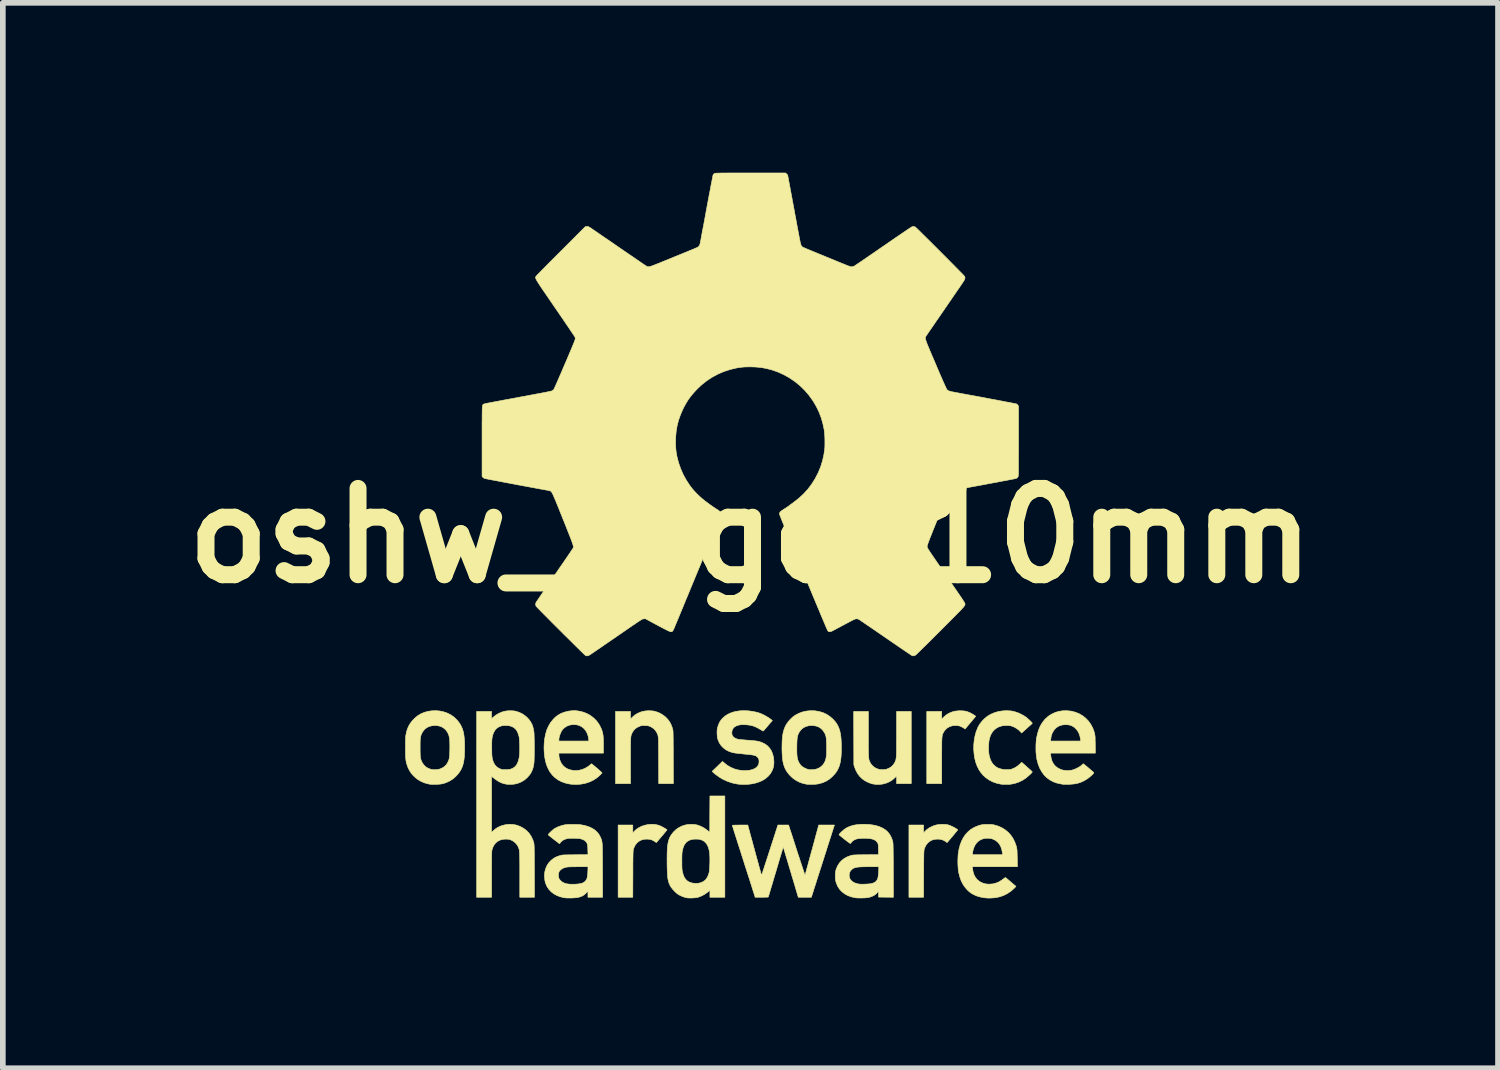
<source format=kicad_pcb>
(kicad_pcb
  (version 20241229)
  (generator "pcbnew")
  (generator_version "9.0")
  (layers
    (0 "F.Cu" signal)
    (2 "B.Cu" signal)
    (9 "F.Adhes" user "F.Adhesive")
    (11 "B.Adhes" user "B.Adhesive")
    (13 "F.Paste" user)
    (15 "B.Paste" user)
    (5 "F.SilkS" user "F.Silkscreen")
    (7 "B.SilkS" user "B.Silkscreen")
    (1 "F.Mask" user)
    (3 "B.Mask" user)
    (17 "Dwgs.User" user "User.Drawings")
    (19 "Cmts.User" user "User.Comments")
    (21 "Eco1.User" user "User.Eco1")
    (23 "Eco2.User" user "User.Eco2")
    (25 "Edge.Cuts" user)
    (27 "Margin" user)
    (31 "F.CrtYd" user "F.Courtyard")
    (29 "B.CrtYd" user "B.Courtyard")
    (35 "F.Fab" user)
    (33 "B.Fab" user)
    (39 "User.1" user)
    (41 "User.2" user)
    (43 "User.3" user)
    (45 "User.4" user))
  (footprint "oshw_logo_10mm"
    (layer "F.Cu")
    (at 10.204 6.411)
    (property "Reference" "oshw_logo_10mm" (at 0 0 0) (layer "F.SilkS") (effects (font (size 1.524 1.524) (thickness 0.3))))
    (attr through_hole)
    (fp_poly (pts (xy -1.688 5.1) (xy -1.632 5.111) (xy -1.599 5.123) (xy -1.579 5.132) (xy -1.555 5.144) (xy -1.53 5.158) (xy -1.507 5.171) (xy -1.49 5.183) (xy -1.484 5.187) (xy -1.473 5.196) (xy -1.544 5.282) (xy -1.567 5.309) (xy -1.589 5.335) (xy -1.609 5.358) (xy -1.625 5.378) (xy -1.637 5.391) (xy -1.639 5.394) (xy -1.662 5.42) (xy -1.683 5.406) (xy -1.718 5.384) (xy -1.751 5.37) (xy -1.785 5.362) (xy -1.823 5.359) (xy -1.834 5.359) (xy -1.885 5.363) (xy -1.931 5.377) (xy -1.972 5.399) (xy -2.007 5.429) (xy -2.036 5.467) (xy -2.058 5.513) (xy -2.066 5.536) (xy -2.068 5.542) (xy -2.069 5.549) (xy -2.07 5.559) (xy -2.071 5.571) (xy -2.072 5.587) (xy -2.073 5.606) (xy -2.074 5.631) (xy -2.074 5.66) (xy -2.075 5.696) (xy -2.075 5.739) (xy -2.076 5.79) (xy -2.076 5.848) (xy -2.076 5.916) (xy -2.076 5.975) (xy -2.078 6.386) (xy -2.337 6.386) (xy -2.337 5.11) (xy -2.078 5.11) (xy -2.078 5.249) (xy -2.057 5.226) (xy -2.018 5.188) (xy -1.971 5.157) (xy -1.919 5.131) (xy -1.863 5.113) (xy -1.805 5.101) (xy -1.746 5.097) (xy -1.688 5.1)) (stroke (width 0.01) (type solid)) (fill yes) (layer "F.SilkS"))
    (fp_poly (pts (xy 3.435 5.099) (xy 3.471 5.103) (xy 3.49 5.107) (xy 3.52 5.117) (xy 3.553 5.131) (xy 3.586 5.147) (xy 3.616 5.163) (xy 3.63 5.172) (xy 3.644 5.182) (xy 3.655 5.189) (xy 3.659 5.192) (xy 3.66 5.194) (xy 3.658 5.198) (xy 3.654 5.204) (xy 3.647 5.214) (xy 3.636 5.227) (xy 3.621 5.245) (xy 3.602 5.269) (xy 3.578 5.298) (xy 3.548 5.333) (xy 3.512 5.376) (xy 3.51 5.378) (xy 3.474 5.42) (xy 3.453 5.406) (xy 3.418 5.384) (xy 3.385 5.37) (xy 3.351 5.362) (xy 3.312 5.359) (xy 3.302 5.359) (xy 3.251 5.363) (xy 3.205 5.377) (xy 3.164 5.399) (xy 3.129 5.429) (xy 3.1 5.467) (xy 3.078 5.512) (xy 3.07 5.536) (xy 3.068 5.542) (xy 3.067 5.549) (xy 3.066 5.559) (xy 3.065 5.571) (xy 3.064 5.587) (xy 3.063 5.606) (xy 3.062 5.631) (xy 3.062 5.66) (xy 3.061 5.696) (xy 3.061 5.739) (xy 3.06 5.79) (xy 3.06 5.848) (xy 3.06 5.916) (xy 3.059 5.975) (xy 3.058 6.386) (xy 2.799 6.386) (xy 2.799 5.11) (xy 3.058 5.11) (xy 3.058 5.25) (xy 3.077 5.228) (xy 3.11 5.195) (xy 3.15 5.165) (xy 3.197 5.14) (xy 3.246 5.119) (xy 3.279 5.11) (xy 3.314 5.103) (xy 3.354 5.099) (xy 3.395 5.098) (xy 3.435 5.099)) (stroke (width 0.01) (type solid)) (fill yes) (layer "F.SilkS"))
    (fp_poly (pts (xy 2.083 3.506) (xy 2.083 3.583) (xy 2.083 3.65) (xy 2.083 3.708) (xy 2.083 3.758) (xy 2.084 3.801) (xy 2.084 3.838) (xy 2.085 3.868) (xy 2.086 3.894) (xy 2.088 3.915) (xy 2.09 3.932) (xy 2.092 3.947) (xy 2.095 3.959) (xy 2.098 3.97) (xy 2.102 3.98) (xy 2.106 3.989) (xy 2.111 4) (xy 2.111 4.001) (xy 2.132 4.036) (xy 2.161 4.068) (xy 2.194 4.094) (xy 2.217 4.107) (xy 2.263 4.125) (xy 2.31 4.133) (xy 2.356 4.133) (xy 2.401 4.125) (xy 2.444 4.108) (xy 2.482 4.085) (xy 2.516 4.054) (xy 2.543 4.016) (xy 2.551 4) (xy 2.556 3.989) (xy 2.561 3.978) (xy 2.565 3.968) (xy 2.568 3.957) (xy 2.571 3.944) (xy 2.573 3.929) (xy 2.575 3.911) (xy 2.577 3.89) (xy 2.578 3.864) (xy 2.579 3.833) (xy 2.58 3.796) (xy 2.58 3.752) (xy 2.58 3.702) (xy 2.58 3.643) (xy 2.581 3.575) (xy 2.581 3.501) (xy 2.581 3.104) (xy 2.84 3.104) (xy 2.84 4.379) (xy 2.581 4.379) (xy 2.581 4.245) (xy 2.551 4.275) (xy 2.506 4.314) (xy 2.454 4.346) (xy 2.398 4.37) (xy 2.338 4.386) (xy 2.275 4.394) (xy 2.21 4.392) (xy 2.157 4.384) (xy 2.114 4.371) (xy 2.068 4.352) (xy 2.023 4.328) (xy 1.983 4.301) (xy 1.972 4.292) (xy 1.928 4.249) (xy 1.89 4.198) (xy 1.86 4.141) (xy 1.838 4.084) (xy 1.826 4.046) (xy 1.823 3.104) (xy 2.083 3.104) (xy 2.083 3.506)) (stroke (width 0.01) (type solid)) (fill yes) (layer "F.SilkS"))
    (fp_poly (pts (xy 3.743 3.093) (xy 3.776 3.096) (xy 3.806 3.101) (xy 3.836 3.11) (xy 3.868 3.123) (xy 3.884 3.13) (xy 3.902 3.14) (xy 3.922 3.151) (xy 3.942 3.163) (xy 3.959 3.174) (xy 3.971 3.183) (xy 3.977 3.189) (xy 3.978 3.189) (xy 3.974 3.194) (xy 3.966 3.205) (xy 3.952 3.222) (xy 3.934 3.243) (xy 3.914 3.268) (xy 3.9 3.284) (xy 3.877 3.312) (xy 3.856 3.337) (xy 3.836 3.36) (xy 3.821 3.379) (xy 3.81 3.392) (xy 3.807 3.395) (xy 3.791 3.415) (xy 3.773 3.402) (xy 3.76 3.393) (xy 3.742 3.383) (xy 3.721 3.373) (xy 3.721 3.372) (xy 3.701 3.364) (xy 3.684 3.359) (xy 3.665 3.355) (xy 3.641 3.354) (xy 3.638 3.354) (xy 3.61 3.353) (xy 3.583 3.355) (xy 3.562 3.358) (xy 3.562 3.358) (xy 3.517 3.373) (xy 3.477 3.395) (xy 3.443 3.426) (xy 3.416 3.462) (xy 3.409 3.474) (xy 3.404 3.485) (xy 3.399 3.495) (xy 3.395 3.504) (xy 3.391 3.515) (xy 3.388 3.526) (xy 3.386 3.54) (xy 3.384 3.557) (xy 3.382 3.577) (xy 3.381 3.601) (xy 3.38 3.63) (xy 3.379 3.665) (xy 3.379 3.706) (xy 3.379 3.754) (xy 3.378 3.81) (xy 3.378 3.875) (xy 3.378 3.949) (xy 3.378 3.974) (xy 3.378 4.379) (xy 3.114 4.379) (xy 3.114 3.104) (xy 3.378 3.104) (xy 3.378 3.237) (xy 3.408 3.209) (xy 3.441 3.179) (xy 3.473 3.155) (xy 3.509 3.135) (xy 3.519 3.13) (xy 3.559 3.114) (xy 3.598 3.102) (xy 3.638 3.096) (xy 3.684 3.092) (xy 3.703 3.092) (xy 3.743 3.093)) (stroke (width 0.01) (type solid)) (fill yes) (layer "F.SilkS"))
    (fp_poly (pts (xy -1.754 3.093) (xy -1.726 3.095) (xy -1.702 3.099) (xy -1.684 3.103) (xy -1.62 3.125) (xy -1.562 3.156) (xy -1.509 3.194) (xy -1.473 3.229) (xy -1.445 3.263) (xy -1.422 3.297) (xy -1.403 3.334) (xy -1.386 3.377) (xy -1.375 3.411) (xy -1.373 3.417) (xy -1.372 3.424) (xy -1.37 3.431) (xy -1.369 3.44) (xy -1.368 3.45) (xy -1.367 3.464) (xy -1.366 3.481) (xy -1.366 3.501) (xy -1.365 3.527) (xy -1.365 3.558) (xy -1.364 3.595) (xy -1.364 3.639) (xy -1.364 3.69) (xy -1.363 3.749) (xy -1.363 3.817) (xy -1.363 3.895) (xy -1.363 3.913) (xy -1.361 4.379) (xy -1.62 4.379) (xy -1.622 3.969) (xy -1.622 3.893) (xy -1.622 3.827) (xy -1.623 3.769) (xy -1.623 3.719) (xy -1.624 3.677) (xy -1.624 3.641) (xy -1.625 3.611) (xy -1.626 3.586) (xy -1.628 3.566) (xy -1.63 3.549) (xy -1.632 3.535) (xy -1.635 3.523) (xy -1.638 3.513) (xy -1.642 3.503) (xy -1.646 3.494) (xy -1.651 3.484) (xy -1.656 3.475) (xy -1.681 3.436) (xy -1.714 3.404) (xy -1.754 3.378) (xy -1.762 3.374) (xy -1.78 3.366) (xy -1.795 3.361) (xy -1.809 3.357) (xy -1.827 3.355) (xy -1.851 3.354) (xy -1.859 3.354) (xy -1.887 3.353) (xy -1.907 3.354) (xy -1.923 3.355) (xy -1.939 3.359) (xy -1.951 3.363) (xy -1.996 3.383) (xy -2.035 3.41) (xy -2.067 3.445) (xy -2.088 3.479) (xy -2.093 3.49) (xy -2.098 3.5) (xy -2.102 3.51) (xy -2.105 3.52) (xy -2.108 3.532) (xy -2.111 3.546) (xy -2.113 3.562) (xy -2.114 3.582) (xy -2.116 3.607) (xy -2.117 3.636) (xy -2.117 3.671) (xy -2.118 3.712) (xy -2.118 3.761) (xy -2.118 3.817) (xy -2.118 3.882) (xy -2.118 3.956) (xy -2.118 3.976) (xy -2.118 4.379) (xy -2.383 4.379) (xy -2.383 3.104) (xy -2.118 3.104) (xy -2.118 3.237) (xy -2.077 3.198) (xy -2.052 3.176) (xy -2.029 3.159) (xy -2.003 3.144) (xy -1.984 3.134) (xy -1.942 3.116) (xy -1.902 3.103) (xy -1.861 3.096) (xy -1.816 3.092) (xy -1.788 3.092) (xy -1.754 3.093)) (stroke (width 0.01) (type solid)) (fill yes) (layer "F.SilkS"))
    (fp_poly (pts (xy 4.601 3.095) (xy 4.628 3.099) (xy 4.674 3.111) (xy 4.725 3.128) (xy 4.775 3.151) (xy 4.823 3.176) (xy 4.865 3.204) (xy 4.867 3.205) (xy 4.882 3.217) (xy 4.9 3.233) (xy 4.919 3.25) (xy 4.938 3.268) (xy 4.955 3.284) (xy 4.968 3.298) (xy 4.976 3.308) (xy 4.978 3.312) (xy 4.975 3.316) (xy 4.965 3.327) (xy 4.949 3.342) (xy 4.928 3.36) (xy 4.904 3.382) (xy 4.884 3.4) (xy 4.789 3.485) (xy 4.764 3.457) (xy 4.733 3.428) (xy 4.695 3.401) (xy 4.655 3.379) (xy 4.621 3.365) (xy 4.6 3.359) (xy 4.58 3.355) (xy 4.558 3.353) (xy 4.529 3.353) (xy 4.525 3.353) (xy 4.495 3.354) (xy 4.466 3.356) (xy 4.442 3.359) (xy 4.435 3.361) (xy 4.384 3.378) (xy 4.339 3.403) (xy 4.3 3.436) (xy 4.267 3.476) (xy 4.241 3.524) (xy 4.222 3.58) (xy 4.221 3.584) (xy 4.213 3.627) (xy 4.208 3.676) (xy 4.205 3.728) (xy 4.206 3.782) (xy 4.209 3.833) (xy 4.216 3.879) (xy 4.221 3.901) (xy 4.239 3.958) (xy 4.264 4.007) (xy 4.296 4.047) (xy 4.333 4.08) (xy 4.377 4.105) (xy 4.428 4.121) (xy 4.485 4.131) (xy 4.524 4.132) (xy 4.555 4.132) (xy 4.578 4.13) (xy 4.597 4.128) (xy 4.613 4.123) (xy 4.669 4.099) (xy 4.72 4.066) (xy 4.751 4.039) (xy 4.79 4.002) (xy 4.822 4.03) (xy 4.861 4.064) (xy 4.894 4.094) (xy 4.923 4.12) (xy 4.947 4.141) (xy 4.964 4.157) (xy 4.974 4.168) (xy 4.978 4.172) (xy 4.975 4.177) (xy 4.966 4.188) (xy 4.953 4.203) (xy 4.936 4.22) (xy 4.933 4.222) (xy 4.873 4.274) (xy 4.81 4.317) (xy 4.743 4.35) (xy 4.673 4.374) (xy 4.616 4.386) (xy 4.583 4.391) (xy 4.543 4.393) (xy 4.502 4.393) (xy 4.462 4.392) (xy 4.428 4.389) (xy 4.427 4.389) (xy 4.352 4.373) (xy 4.282 4.349) (xy 4.218 4.316) (xy 4.159 4.276) (xy 4.106 4.228) (xy 4.061 4.172) (xy 4.034 4.13) (xy 4.003 4.068) (xy 3.978 4) (xy 3.96 3.927) (xy 3.949 3.85) (xy 3.943 3.771) (xy 3.944 3.691) (xy 3.952 3.612) (xy 3.966 3.535) (xy 3.986 3.462) (xy 4.013 3.394) (xy 4.021 3.377) (xy 4.051 3.326) (xy 4.089 3.277) (xy 4.133 3.232) (xy 4.18 3.193) (xy 4.191 3.185) (xy 4.25 3.151) (xy 4.314 3.124) (xy 4.383 3.105) (xy 4.455 3.094) (xy 4.528 3.09) (xy 4.601 3.095)) (stroke (width 0.01) (type solid)) (fill yes) (layer "F.SilkS"))
    (fp_poly (pts (xy -3.079 3.091) (xy -3.011 3.101) (xy -2.946 3.118) (xy -2.883 3.144) (xy -2.825 3.177) (xy -2.771 3.218) (xy -2.723 3.265) (xy -2.682 3.319) (xy -2.654 3.368) (xy -2.639 3.4) (xy -2.626 3.43) (xy -2.617 3.46) (xy -2.609 3.49) (xy -2.603 3.524) (xy -2.6 3.561) (xy -2.597 3.605) (xy -2.596 3.656) (xy -2.596 3.701) (xy -2.596 3.84) (xy -3.383 3.84) (xy -3.383 3.867) (xy -3.38 3.908) (xy -3.37 3.951) (xy -3.354 3.992) (xy -3.335 4.028) (xy -3.326 4.04) (xy -3.297 4.073) (xy -3.265 4.099) (xy -3.229 4.119) (xy -3.195 4.132) (xy -3.14 4.145) (xy -3.084 4.149) (xy -3.027 4.143) (xy -2.971 4.129) (xy -2.918 4.107) (xy -2.868 4.077) (xy -2.836 4.052) (xy -2.823 4.04) (xy -2.812 4.032) (xy -2.807 4.028) (xy -2.807 4.028) (xy -2.802 4.032) (xy -2.79 4.04) (xy -2.774 4.054) (xy -2.754 4.07) (xy -2.732 4.089) (xy -2.708 4.109) (xy -2.685 4.129) (xy -2.664 4.148) (xy -2.646 4.164) (xy -2.632 4.177) (xy -2.623 4.186) (xy -2.621 4.188) (xy -2.625 4.195) (xy -2.635 4.206) (xy -2.649 4.221) (xy -2.667 4.238) (xy -2.686 4.255) (xy -2.705 4.271) (xy -2.72 4.282) (xy -2.781 4.321) (xy -2.847 4.351) (xy -2.918 4.374) (xy -2.993 4.388) (xy -3.071 4.394) (xy -3.149 4.391) (xy -3.193 4.386) (xy -3.266 4.37) (xy -3.334 4.346) (xy -3.395 4.315) (xy -3.45 4.275) (xy -3.499 4.228) (xy -3.541 4.173) (xy -3.57 4.122) (xy -3.597 4.06) (xy -3.618 3.991) (xy -3.633 3.915) (xy -3.642 3.835) (xy -3.646 3.752) (xy -3.643 3.667) (xy -3.638 3.627) (xy -3.383 3.627) (xy -2.854 3.627) (xy -2.857 3.594) (xy -2.867 3.538) (xy -2.885 3.488) (xy -2.909 3.443) (xy -2.94 3.406) (xy -2.977 3.376) (xy -3.02 3.354) (xy -3.037 3.348) (xy -3.071 3.34) (xy -3.11 3.337) (xy -3.15 3.338) (xy -3.186 3.344) (xy -3.202 3.348) (xy -3.237 3.362) (xy -3.271 3.382) (xy -3.301 3.406) (xy -3.314 3.419) (xy -3.337 3.452) (xy -3.356 3.491) (xy -3.371 3.533) (xy -3.381 3.575) (xy -3.383 3.606) (xy -3.383 3.627) (xy -3.638 3.627) (xy -3.634 3.586) (xy -3.618 3.504) (xy -3.596 3.428) (xy -3.565 3.36) (xy -3.528 3.298) (xy -3.484 3.244) (xy -3.483 3.242) (xy -3.442 3.202) (xy -3.401 3.171) (xy -3.357 3.145) (xy -3.307 3.124) (xy -3.286 3.117) (xy -3.217 3.099) (xy -3.148 3.091) (xy -3.079 3.091)) (stroke (width 0.01) (type solid)) (fill yes) (layer "F.SilkS"))
    (fp_poly (pts (xy 4.225 5.099) (xy 4.259 5.101) (xy 4.287 5.105) (xy 4.3 5.107) (xy 4.372 5.128) (xy 4.438 5.157) (xy 4.498 5.194) (xy 4.552 5.238) (xy 4.599 5.29) (xy 4.638 5.348) (xy 4.67 5.413) (xy 4.695 5.484) (xy 4.702 5.512) (xy 4.704 5.527) (xy 4.707 5.545) (xy 4.709 5.567) (xy 4.71 5.596) (xy 4.711 5.631) (xy 4.712 5.675) (xy 4.713 5.698) (xy 4.715 5.847) (xy 3.92 5.847) (xy 3.924 5.886) (xy 3.933 5.941) (xy 3.95 5.992) (xy 3.975 6.037) (xy 4.006 6.075) (xy 4.044 6.106) (xy 4.077 6.124) (xy 4.111 6.138) (xy 4.143 6.147) (xy 4.177 6.153) (xy 4.217 6.154) (xy 4.221 6.154) (xy 4.28 6.15) (xy 4.335 6.136) (xy 4.389 6.114) (xy 4.441 6.082) (xy 4.462 6.065) (xy 4.481 6.051) (xy 4.493 6.043) (xy 4.501 6.039) (xy 4.507 6.039) (xy 4.51 6.041) (xy 4.516 6.046) (xy 4.529 6.057) (xy 4.547 6.072) (xy 4.569 6.091) (xy 4.594 6.112) (xy 4.604 6.121) (xy 4.69 6.194) (xy 4.653 6.232) (xy 4.597 6.281) (xy 4.535 6.322) (xy 4.469 6.355) (xy 4.397 6.379) (xy 4.322 6.394) (xy 4.242 6.4) (xy 4.221 6.4) (xy 4.192 6.4) (xy 4.162 6.398) (xy 4.134 6.395) (xy 4.117 6.393) (xy 4.049 6.379) (xy 3.988 6.36) (xy 3.933 6.334) (xy 3.919 6.326) (xy 3.898 6.313) (xy 3.881 6.301) (xy 3.866 6.289) (xy 3.85 6.275) (xy 3.831 6.257) (xy 3.788 6.208) (xy 3.751 6.153) (xy 3.72 6.091) (xy 3.696 6.021) (xy 3.677 5.944) (xy 3.675 5.933) (xy 3.67 5.898) (xy 3.667 5.856) (xy 3.664 5.808) (xy 3.663 5.759) (xy 3.664 5.71) (xy 3.666 5.664) (xy 3.668 5.634) (xy 3.921 5.634) (xy 4.453 5.634) (xy 4.449 5.597) (xy 4.438 5.54) (xy 4.42 5.489) (xy 4.395 5.445) (xy 4.363 5.409) (xy 4.324 5.379) (xy 4.278 5.358) (xy 4.262 5.352) (xy 4.236 5.347) (xy 4.203 5.344) (xy 4.169 5.344) (xy 4.136 5.347) (xy 4.113 5.352) (xy 4.068 5.369) (xy 4.028 5.394) (xy 3.994 5.427) (xy 3.966 5.467) (xy 3.944 5.514) (xy 3.929 5.566) (xy 3.924 5.6) (xy 3.921 5.634) (xy 3.668 5.634) (xy 3.669 5.623) (xy 3.67 5.615) (xy 3.684 5.533) (xy 3.704 5.458) (xy 3.73 5.391) (xy 3.76 5.333) (xy 3.8 5.275) (xy 3.847 5.225) (xy 3.9 5.182) (xy 3.96 5.148) (xy 4.026 5.121) (xy 4.056 5.112) (xy 4.079 5.107) (xy 4.099 5.103) (xy 4.119 5.101) (xy 4.142 5.099) (xy 4.172 5.099) (xy 4.183 5.099) (xy 4.225 5.099)) (stroke (width 0.01) (type solid)) (fill yes) (layer "F.SilkS"))
    (fp_poly (pts (xy 5.661 3.098) (xy 5.677 3.101) (xy 5.746 3.12) (xy 5.811 3.147) (xy 5.871 3.183) (xy 5.924 3.226) (xy 5.972 3.277) (xy 6.012 3.334) (xy 6.046 3.397) (xy 6.071 3.466) (xy 6.074 3.479) (xy 6.078 3.493) (xy 6.081 3.506) (xy 6.083 3.52) (xy 6.085 3.534) (xy 6.087 3.552) (xy 6.088 3.574) (xy 6.088 3.602) (xy 6.089 3.637) (xy 6.09 3.681) (xy 6.09 3.684) (xy 6.092 3.84) (xy 5.301 3.84) (xy 5.304 3.882) (xy 5.313 3.939) (xy 5.33 3.99) (xy 5.355 4.034) (xy 5.388 4.072) (xy 5.428 4.102) (xy 5.475 4.126) (xy 5.502 4.136) (xy 5.534 4.143) (xy 5.572 4.147) (xy 5.612 4.148) (xy 5.65 4.145) (xy 5.682 4.14) (xy 5.687 4.138) (xy 5.728 4.124) (xy 5.768 4.106) (xy 5.805 4.086) (xy 5.837 4.064) (xy 5.861 4.043) (xy 5.862 4.042) (xy 5.871 4.033) (xy 5.878 4.029) (xy 5.879 4.028) (xy 5.884 4.032) (xy 5.895 4.04) (xy 5.912 4.054) (xy 5.933 4.071) (xy 5.957 4.091) (xy 5.983 4.113) (xy 6.009 4.136) (xy 6.035 4.158) (xy 6.045 4.166) (xy 6.057 4.177) (xy 6.063 4.185) (xy 6.063 4.191) (xy 6.059 4.198) (xy 6.059 4.198) (xy 6.05 4.208) (xy 6.035 4.224) (xy 6.015 4.241) (xy 5.994 4.26) (xy 5.972 4.277) (xy 5.952 4.292) (xy 5.946 4.296) (xy 5.893 4.328) (xy 5.839 4.353) (xy 5.783 4.372) (xy 5.722 4.384) (xy 5.655 4.39) (xy 5.621 4.392) (xy 5.592 4.392) (xy 5.566 4.393) (xy 5.545 4.393) (xy 5.532 4.392) (xy 5.527 4.392) (xy 5.519 4.39) (xy 5.503 4.388) (xy 5.484 4.384) (xy 5.481 4.384) (xy 5.409 4.368) (xy 5.343 4.344) (xy 5.284 4.311) (xy 5.23 4.271) (xy 5.183 4.223) (xy 5.143 4.167) (xy 5.108 4.104) (xy 5.081 4.033) (xy 5.06 3.955) (xy 5.054 3.924) (xy 5.048 3.876) (xy 5.043 3.821) (xy 5.042 3.762) (xy 5.042 3.703) (xy 5.045 3.646) (xy 5.047 3.627) (xy 5.3 3.627) (xy 5.833 3.627) (xy 5.83 3.598) (xy 5.819 3.542) (xy 5.803 3.493) (xy 5.78 3.45) (xy 5.75 3.413) (xy 5.746 3.408) (xy 5.713 3.379) (xy 5.678 3.359) (xy 5.64 3.345) (xy 5.596 3.339) (xy 5.565 3.338) (xy 5.512 3.342) (xy 5.464 3.355) (xy 5.422 3.377) (xy 5.385 3.406) (xy 5.355 3.443) (xy 5.33 3.487) (xy 5.313 3.537) (xy 5.305 3.589) (xy 5.3 3.627) (xy 5.047 3.627) (xy 5.05 3.594) (xy 5.054 3.569) (xy 5.072 3.489) (xy 5.095 3.416) (xy 5.124 3.352) (xy 5.16 3.294) (xy 5.202 3.242) (xy 5.212 3.232) (xy 5.263 3.187) (xy 5.32 3.151) (xy 5.382 3.122) (xy 5.447 3.103) (xy 5.516 3.092) (xy 5.588 3.091) (xy 5.661 3.098)) (stroke (width 0.01) (type solid)) (fill yes) (layer "F.SilkS"))
    (fp_poly (pts (xy -0.452 6.386) (xy -0.716 6.386) (xy -0.716 6.264) (xy -0.759 6.298) (xy -0.808 6.333) (xy -0.86 6.361) (xy -0.914 6.382) (xy -0.925 6.386) (xy -0.949 6.391) (xy -0.98 6.395) (xy -1.015 6.398) (xy -1.051 6.399) (xy -1.084 6.399) (xy -1.111 6.397) (xy -1.118 6.396) (xy -1.166 6.385) (xy -1.212 6.368) (xy -1.247 6.351) (xy -1.27 6.339) (xy -1.289 6.326) (xy -1.308 6.311) (xy -1.329 6.291) (xy -1.341 6.279) (xy -1.373 6.245) (xy -1.398 6.214) (xy -1.417 6.183) (xy -1.433 6.15) (xy -1.44 6.13) (xy -1.447 6.108) (xy -1.453 6.084) (xy -1.458 6.06) (xy -1.462 6.032) (xy -1.465 6) (xy -1.467 5.962) (xy -1.469 5.919) (xy -1.471 5.867) (xy -1.472 5.806) (xy -1.472 5.806) (xy -1.472 5.748) (xy -1.211 5.748) (xy -1.211 5.791) (xy -1.211 5.826) (xy -1.21 5.854) (xy -1.209 5.876) (xy -1.208 5.895) (xy -1.206 5.911) (xy -1.203 5.926) (xy -1.2 5.94) (xy -1.186 5.992) (xy -1.167 6.036) (xy -1.143 6.071) (xy -1.113 6.099) (xy -1.077 6.119) (xy -1.035 6.133) (xy -1.03 6.134) (xy -0.978 6.141) (xy -0.925 6.139) (xy -0.906 6.136) (xy -0.872 6.127) (xy -0.838 6.111) (xy -0.809 6.092) (xy -0.792 6.077) (xy -0.773 6.052) (xy -0.755 6.019) (xy -0.74 5.982) (xy -0.729 5.945) (xy -0.729 5.944) (xy -0.726 5.923) (xy -0.723 5.894) (xy -0.72 5.859) (xy -0.719 5.819) (xy -0.717 5.778) (xy -0.717 5.735) (xy -0.717 5.695) (xy -0.718 5.658) (xy -0.72 5.626) (xy -0.721 5.608) (xy -0.731 5.548) (xy -0.746 5.498) (xy -0.767 5.455) (xy -0.793 5.42) (xy -0.825 5.393) (xy -0.863 5.374) (xy -0.892 5.365) (xy -0.92 5.36) (xy -0.953 5.359) (xy -0.989 5.359) (xy -1.023 5.363) (xy -1.051 5.369) (xy -1.052 5.369) (xy -1.091 5.385) (xy -1.123 5.406) (xy -1.15 5.434) (xy -1.172 5.469) (xy -1.189 5.512) (xy -1.2 5.556) (xy -1.204 5.572) (xy -1.206 5.588) (xy -1.208 5.604) (xy -1.209 5.623) (xy -1.21 5.646) (xy -1.211 5.675) (xy -1.211 5.712) (xy -1.211 5.748) (xy -1.472 5.748) (xy -1.473 5.724) (xy -1.472 5.651) (xy -1.471 5.587) (xy -1.468 5.53) (xy -1.463 5.48) (xy -1.457 5.435) (xy -1.448 5.396) (xy -1.438 5.361) (xy -1.425 5.33) (xy -1.409 5.301) (xy -1.391 5.273) (xy -1.37 5.247) (xy -1.353 5.227) (xy -1.308 5.185) (xy -1.258 5.152) (xy -1.201 5.125) (xy -1.152 5.11) (xy -1.113 5.102) (xy -1.068 5.098) (xy -1.023 5.098) (xy -0.979 5.102) (xy -0.941 5.109) (xy -0.938 5.11) (xy -0.875 5.133) (xy -0.815 5.165) (xy -0.757 5.207) (xy -0.747 5.215) (xy -0.719 5.239) (xy -0.718 4.918) (xy -0.716 4.597) (xy -0.452 4.597) (xy -0.452 6.386)) (stroke (width 0.01) (type solid)) (fill yes) (layer "F.SilkS"))
    (fp_poly (pts (xy 1.126 3.092) (xy 1.14 3.093) (xy 1.213 3.105) (xy 1.281 3.125) (xy 1.342 3.153) (xy 1.399 3.19) (xy 1.452 3.235) (xy 1.486 3.271) (xy 1.515 3.308) (xy 1.539 3.347) (xy 1.559 3.389) (xy 1.575 3.435) (xy 1.587 3.486) (xy 1.596 3.543) (xy 1.602 3.607) (xy 1.605 3.679) (xy 1.606 3.739) (xy 1.605 3.816) (xy 1.602 3.885) (xy 1.596 3.946) (xy 1.587 4) (xy 1.575 4.048) (xy 1.56 4.092) (xy 1.541 4.132) (xy 1.518 4.17) (xy 1.495 4.202) (xy 1.446 4.255) (xy 1.394 4.3) (xy 1.336 4.336) (xy 1.274 4.363) (xy 1.205 4.382) (xy 1.182 4.386) (xy 1.15 4.39) (xy 1.112 4.393) (xy 1.071 4.393) (xy 1.032 4.392) (xy 0.997 4.39) (xy 0.988 4.389) (xy 0.923 4.374) (xy 0.86 4.351) (xy 0.8 4.319) (xy 0.744 4.279) (xy 0.698 4.235) (xy 0.666 4.198) (xy 0.639 4.16) (xy 0.616 4.121) (xy 0.598 4.078) (xy 0.583 4.031) (xy 0.572 3.979) (xy 0.565 3.921) (xy 0.56 3.855) (xy 0.557 3.782) (xy 0.557 3.771) (xy 0.819 3.771) (xy 0.819 3.823) (xy 0.821 3.868) (xy 0.825 3.906) (xy 0.831 3.939) (xy 0.839 3.968) (xy 0.85 3.994) (xy 0.863 4.018) (xy 0.879 4.042) (xy 0.886 4.051) (xy 0.907 4.072) (xy 0.936 4.092) (xy 0.97 4.11) (xy 1.006 4.124) (xy 1.036 4.132) (xy 1.056 4.134) (xy 1.082 4.133) (xy 1.111 4.131) (xy 1.139 4.127) (xy 1.164 4.122) (xy 1.169 4.12) (xy 1.214 4.101) (xy 1.253 4.074) (xy 1.285 4.04) (xy 1.292 4.031) (xy 1.306 4.007) (xy 1.318 3.983) (xy 1.328 3.956) (xy 1.335 3.926) (xy 1.34 3.892) (xy 1.344 3.852) (xy 1.345 3.805) (xy 1.345 3.75) (xy 1.345 3.706) (xy 1.343 3.659) (xy 1.342 3.62) (xy 1.34 3.588) (xy 1.336 3.562) (xy 1.332 3.54) (xy 1.326 3.521) (xy 1.319 3.503) (xy 1.31 3.484) (xy 1.307 3.48) (xy 1.279 3.438) (xy 1.246 3.405) (xy 1.206 3.379) (xy 1.16 3.362) (xy 1.109 3.354) (xy 1.079 3.352) (xy 1.027 3.357) (xy 0.979 3.37) (xy 0.937 3.391) (xy 0.9 3.42) (xy 0.87 3.457) (xy 0.856 3.48) (xy 0.847 3.499) (xy 0.839 3.517) (xy 0.833 3.536) (xy 0.829 3.556) (xy 0.825 3.581) (xy 0.823 3.61) (xy 0.821 3.645) (xy 0.82 3.689) (xy 0.819 3.71) (xy 0.819 3.771) (xy 0.557 3.771) (xy 0.557 3.747) (xy 0.558 3.67) (xy 0.561 3.603) (xy 0.567 3.543) (xy 0.575 3.49) (xy 0.587 3.442) (xy 0.602 3.398) (xy 0.62 3.358) (xy 0.643 3.32) (xy 0.67 3.282) (xy 0.695 3.253) (xy 0.741 3.207) (xy 0.794 3.169) (xy 0.853 3.138) (xy 0.917 3.114) (xy 0.984 3.098) (xy 1.054 3.091) (xy 1.126 3.092)) (stroke (width 0.01) (type solid)) (fill yes) (layer "F.SilkS"))
    (fp_poly (pts (xy -5.483 3.097) (xy -5.414 3.112) (xy -5.349 3.135) (xy -5.289 3.166) (xy -5.234 3.206) (xy -5.185 3.252) (xy -5.179 3.259) (xy -5.149 3.297) (xy -5.124 3.334) (xy -5.103 3.373) (xy -5.086 3.415) (xy -5.072 3.46) (xy -5.062 3.511) (xy -5.055 3.567) (xy -5.05 3.631) (xy -5.048 3.702) (xy -5.048 3.741) (xy -5.049 3.819) (xy -5.052 3.888) (xy -5.058 3.949) (xy -5.067 4.003) (xy -5.079 4.051) (xy -5.095 4.095) (xy -5.114 4.135) (xy -5.138 4.173) (xy -5.166 4.21) (xy -5.19 4.237) (xy -5.23 4.276) (xy -5.271 4.307) (xy -5.316 4.334) (xy -5.337 4.344) (xy -5.375 4.361) (xy -5.41 4.373) (xy -5.445 4.382) (xy -5.482 4.388) (xy -5.526 4.391) (xy -5.555 4.392) (xy -5.584 4.392) (xy -5.61 4.392) (xy -5.631 4.392) (xy -5.645 4.392) (xy -5.649 4.391) (xy -5.661 4.389) (xy -5.679 4.386) (xy -5.69 4.384) (xy -5.756 4.366) (xy -5.819 4.339) (xy -5.877 4.305) (xy -5.929 4.263) (xy -5.976 4.215) (xy -6.015 4.16) (xy -6.046 4.101) (xy -6.067 4.043) (xy -6.074 4.018) (xy -6.08 3.995) (xy -6.084 3.971) (xy -6.087 3.946) (xy -6.09 3.917) (xy -6.092 3.884) (xy -6.093 3.845) (xy -6.093 3.799) (xy -6.093 3.745) (xy -6.093 3.744) (xy -5.834 3.744) (xy -5.834 3.794) (xy -5.833 3.836) (xy -5.832 3.87) (xy -5.83 3.898) (xy -5.828 3.921) (xy -5.824 3.941) (xy -5.818 3.959) (xy -5.811 3.977) (xy -5.803 3.995) (xy -5.798 4.005) (xy -5.771 4.046) (xy -5.738 4.079) (xy -5.698 4.105) (xy -5.651 4.123) (xy -5.634 4.128) (xy -5.601 4.132) (xy -5.564 4.133) (xy -5.527 4.13) (xy -5.495 4.123) (xy -5.486 4.121) (xy -5.44 4.101) (xy -5.403 4.076) (xy -5.372 4.045) (xy -5.347 4.007) (xy -5.346 4.003) (xy -5.336 3.983) (xy -5.329 3.965) (xy -5.323 3.947) (xy -5.319 3.927) (xy -5.315 3.905) (xy -5.313 3.877) (xy -5.312 3.843) (xy -5.31 3.801) (xy -5.31 3.779) (xy -5.309 3.72) (xy -5.31 3.67) (xy -5.311 3.628) (xy -5.314 3.592) (xy -5.319 3.562) (xy -5.324 3.536) (xy -5.329 3.519) (xy -5.35 3.473) (xy -5.378 3.434) (xy -5.412 3.402) (xy -5.452 3.377) (xy -5.498 3.361) (xy -5.549 3.353) (xy -5.57 3.353) (xy -5.625 3.357) (xy -5.673 3.369) (xy -5.716 3.39) (xy -5.753 3.419) (xy -5.784 3.457) (xy -5.799 3.481) (xy -5.808 3.498) (xy -5.815 3.516) (xy -5.821 3.534) (xy -5.826 3.553) (xy -5.829 3.576) (xy -5.832 3.604) (xy -5.833 3.637) (xy -5.834 3.678) (xy -5.834 3.727) (xy -5.834 3.744) (xy -6.093 3.744) (xy -6.093 3.736) (xy -6.093 3.687) (xy -6.093 3.646) (xy -6.092 3.613) (xy -6.092 3.586) (xy -6.09 3.564) (xy -6.089 3.545) (xy -6.087 3.529) (xy -6.084 3.513) (xy -6.084 3.513) (xy -6.071 3.453) (xy -6.054 3.401) (xy -6.032 3.354) (xy -6.004 3.309) (xy -5.977 3.273) (xy -5.928 3.222) (xy -5.876 3.179) (xy -5.819 3.145) (xy -5.756 3.119) (xy -5.688 3.101) (xy -5.628 3.093) (xy -5.554 3.09) (xy -5.483 3.097)) (stroke (width 0.01) (type solid)) (fill yes) (layer "F.SilkS"))
    (fp_poly (pts (xy -0.042 3.093) (xy 0.03 3.102) (xy 0.101 3.116) (xy 0.154 3.131) (xy 0.197 3.148) (xy 0.243 3.17) (xy 0.289 3.196) (xy 0.333 3.223) (xy 0.37 3.251) (xy 0.373 3.253) (xy 0.387 3.265) (xy 0.307 3.358) (xy 0.285 3.384) (xy 0.265 3.407) (xy 0.248 3.427) (xy 0.235 3.441) (xy 0.226 3.449) (xy 0.224 3.451) (xy 0.219 3.448) (xy 0.207 3.441) (xy 0.19 3.431) (xy 0.174 3.422) (xy 0.125 3.394) (xy 0.081 3.373) (xy 0.039 3.358) (xy -0.005 3.348) (xy -0.052 3.341) (xy -0.094 3.339) (xy -0.129 3.338) (xy -0.156 3.338) (xy -0.177 3.34) (xy -0.196 3.343) (xy -0.205 3.345) (xy -0.246 3.358) (xy -0.279 3.376) (xy -0.303 3.399) (xy -0.32 3.427) (xy -0.328 3.462) (xy -0.329 3.473) (xy -0.327 3.507) (xy -0.317 3.535) (xy -0.298 3.558) (xy -0.288 3.565) (xy -0.274 3.574) (xy -0.261 3.581) (xy -0.247 3.587) (xy -0.231 3.592) (xy -0.211 3.596) (xy -0.187 3.6) (xy -0.157 3.603) (xy -0.119 3.606) (xy -0.074 3.61) (xy -0.048 3.612) (xy 0.003 3.616) (xy 0.045 3.62) (xy 0.08 3.623) (xy 0.11 3.627) (xy 0.135 3.632) (xy 0.157 3.637) (xy 0.177 3.643) (xy 0.198 3.651) (xy 0.2 3.652) (xy 0.253 3.677) (xy 0.298 3.709) (xy 0.336 3.749) (xy 0.367 3.795) (xy 0.39 3.849) (xy 0.406 3.909) (xy 0.411 3.944) (xy 0.415 4.004) (xy 0.411 4.058) (xy 0.399 4.109) (xy 0.383 4.149) (xy 0.355 4.199) (xy 0.318 4.244) (xy 0.273 4.284) (xy 0.222 4.318) (xy 0.163 4.345) (xy 0.098 4.367) (xy 0.027 4.383) (xy -0.049 4.392) (xy -0.117 4.394) (xy -0.148 4.393) (xy -0.18 4.391) (xy -0.209 4.389) (xy -0.231 4.386) (xy -0.319 4.368) (xy -0.403 4.34) (xy -0.482 4.304) (xy -0.516 4.285) (xy -0.543 4.268) (xy -0.572 4.248) (xy -0.6 4.228) (xy -0.627 4.208) (xy -0.648 4.19) (xy -0.664 4.175) (xy -0.664 4.175) (xy -0.676 4.162) (xy -0.616 4.104) (xy -0.593 4.082) (xy -0.569 4.059) (xy -0.548 4.038) (xy -0.53 4.022) (xy -0.525 4.016) (xy -0.493 3.986) (xy -0.47 4.007) (xy -0.413 4.053) (xy -0.351 4.09) (xy -0.284 4.119) (xy -0.214 4.138) (xy -0.141 4.148) (xy -0.067 4.148) (xy -0.066 4.148) (xy -0.011 4.142) (xy 0.036 4.13) (xy 0.076 4.113) (xy 0.108 4.091) (xy 0.131 4.064) (xy 0.146 4.033) (xy 0.151 4.005) (xy 0.152 3.976) (xy 0.149 3.953) (xy 0.141 3.934) (xy 0.128 3.916) (xy 0.126 3.914) (xy 0.117 3.904) (xy 0.106 3.896) (xy 0.094 3.889) (xy 0.079 3.883) (xy 0.06 3.878) (xy 0.036 3.873) (xy 0.007 3.869) (xy -0.03 3.864) (xy -0.076 3.86) (xy -0.117 3.856) (xy -0.163 3.851) (xy -0.206 3.847) (xy -0.243 3.842) (xy -0.275 3.838) (xy -0.3 3.834) (xy -0.315 3.831) (xy -0.376 3.811) (xy -0.43 3.784) (xy -0.476 3.75) (xy -0.516 3.709) (xy -0.548 3.663) (xy -0.571 3.611) (xy -0.58 3.582) (xy -0.585 3.554) (xy -0.588 3.521) (xy -0.59 3.484) (xy -0.589 3.449) (xy -0.587 3.417) (xy -0.584 3.401) (xy -0.566 3.341) (xy -0.541 3.287) (xy -0.507 3.239) (xy -0.465 3.198) (xy -0.415 3.163) (xy -0.358 3.134) (xy -0.293 3.112) (xy -0.249 3.102) (xy -0.185 3.093) (xy -0.115 3.09) (xy -0.042 3.093)) (stroke (width 0.01) (type solid)) (fill yes) (layer "F.SilkS"))
    (fp_poly (pts (xy 2.1 5.101) (xy 2.166 5.11) (xy 2.2 5.116) (xy 2.267 5.135) (xy 2.326 5.16) (xy 2.378 5.191) (xy 2.421 5.228) (xy 2.458 5.273) (xy 2.486 5.324) (xy 2.508 5.381) (xy 2.513 5.403) (xy 2.515 5.409) (xy 2.516 5.418) (xy 2.517 5.428) (xy 2.518 5.441) (xy 2.519 5.457) (xy 2.52 5.477) (xy 2.52 5.502) (xy 2.521 5.532) (xy 2.521 5.567) (xy 2.522 5.609) (xy 2.522 5.659) (xy 2.523 5.716) (xy 2.523 5.782) (xy 2.523 5.856) (xy 2.523 5.912) (xy 2.525 6.386) (xy 2.263 6.383) (xy 2.262 6.33) (xy 2.26 6.278) (xy 2.245 6.298) (xy 2.218 6.328) (xy 2.183 6.353) (xy 2.14 6.374) (xy 2.093 6.388) (xy 2.068 6.392) (xy 2.035 6.396) (xy 1.998 6.398) (xy 1.959 6.399) (xy 1.92 6.399) (xy 1.884 6.398) (xy 1.854 6.395) (xy 1.843 6.393) (xy 1.775 6.377) (xy 1.714 6.354) (xy 1.66 6.323) (xy 1.613 6.286) (xy 1.573 6.243) (xy 1.541 6.193) (xy 1.517 6.137) (xy 1.508 6.106) (xy 1.504 6.086) (xy 1.501 6.068) (xy 1.499 6.049) (xy 1.499 6.025) (xy 1.5 5.995) (xy 1.5 5.99) (xy 1.744 5.99) (xy 1.746 6.026) (xy 1.757 6.059) (xy 1.777 6.088) (xy 1.805 6.112) (xy 1.841 6.132) (xy 1.885 6.146) (xy 1.913 6.152) (xy 1.933 6.154) (xy 1.961 6.155) (xy 1.994 6.155) (xy 2.029 6.154) (xy 2.063 6.152) (xy 2.095 6.15) (xy 2.121 6.147) (xy 2.138 6.144) (xy 2.176 6.132) (xy 2.206 6.115) (xy 2.229 6.092) (xy 2.245 6.064) (xy 2.248 6.056) (xy 2.252 6.039) (xy 2.256 6.014) (xy 2.26 5.984) (xy 2.263 5.951) (xy 2.265 5.917) (xy 2.266 5.885) (xy 2.266 5.884) (xy 2.266 5.847) (xy 2.097 5.847) (xy 2.038 5.847) (xy 1.987 5.848) (xy 1.945 5.85) (xy 1.91 5.852) (xy 1.881 5.856) (xy 1.857 5.861) (xy 1.837 5.867) (xy 1.82 5.874) (xy 1.804 5.884) (xy 1.79 5.895) (xy 1.789 5.896) (xy 1.766 5.921) (xy 1.751 5.95) (xy 1.744 5.984) (xy 1.744 5.99) (xy 1.5 5.99) (xy 1.501 5.964) (xy 1.503 5.94) (xy 1.506 5.92) (xy 1.511 5.901) (xy 1.516 5.885) (xy 1.54 5.829) (xy 1.572 5.779) (xy 1.612 5.736) (xy 1.658 5.7) (xy 1.712 5.671) (xy 1.773 5.649) (xy 1.776 5.648) (xy 1.786 5.645) (xy 1.796 5.643) (xy 1.807 5.641) (xy 1.82 5.64) (xy 1.836 5.639) (xy 1.856 5.638) (xy 1.881 5.637) (xy 1.912 5.636) (xy 1.951 5.636) (xy 1.998 5.635) (xy 2.038 5.635) (xy 2.261 5.633) (xy 2.261 5.549) (xy 2.26 5.511) (xy 2.259 5.482) (xy 2.257 5.459) (xy 2.253 5.441) (xy 2.247 5.427) (xy 2.239 5.414) (xy 2.231 5.405) (xy 2.211 5.386) (xy 2.186 5.37) (xy 2.155 5.359) (xy 2.117 5.351) (xy 2.072 5.346) (xy 2.018 5.344) (xy 2.008 5.344) (xy 1.961 5.345) (xy 1.923 5.348) (xy 1.891 5.353) (xy 1.864 5.36) (xy 1.841 5.37) (xy 1.83 5.376) (xy 1.805 5.393) (xy 1.786 5.412) (xy 1.773 5.43) (xy 1.77 5.433) (xy 1.767 5.435) (xy 1.763 5.435) (xy 1.756 5.432) (xy 1.746 5.425) (xy 1.732 5.415) (xy 1.711 5.4) (xy 1.685 5.38) (xy 1.665 5.365) (xy 1.637 5.343) (xy 1.613 5.323) (xy 1.592 5.306) (xy 1.576 5.293) (xy 1.567 5.284) (xy 1.565 5.281) (xy 1.568 5.274) (xy 1.577 5.263) (xy 1.591 5.248) (xy 1.607 5.231) (xy 1.652 5.191) (xy 1.7 5.159) (xy 1.753 5.135) (xy 1.812 5.116) (xy 1.836 5.111) (xy 1.896 5.102) (xy 1.962 5.097) (xy 2.031 5.097) (xy 2.1 5.101)) (stroke (width 0.01) (type solid)) (fill yes) (layer "F.SilkS"))
    (fp_poly (pts (xy -3.107 5.099) (xy -3.073 5.1) (xy -3.041 5.101) (xy -3.015 5.103) (xy -2.997 5.105) (xy -2.923 5.119) (xy -2.857 5.14) (xy -2.799 5.166) (xy -2.748 5.198) (xy -2.706 5.237) (xy -2.672 5.281) (xy -2.646 5.331) (xy -2.645 5.334) (xy -2.64 5.347) (xy -2.635 5.358) (xy -2.631 5.369) (xy -2.628 5.379) (xy -2.625 5.391) (xy -2.623 5.403) (xy -2.621 5.418) (xy -2.619 5.436) (xy -2.617 5.457) (xy -2.616 5.482) (xy -2.615 5.512) (xy -2.615 5.547) (xy -2.614 5.589) (xy -2.614 5.637) (xy -2.613 5.693) (xy -2.613 5.757) (xy -2.613 5.83) (xy -2.612 5.909) (xy -2.611 6.386) (xy -2.87 6.386) (xy -2.87 6.328) (xy -2.871 6.304) (xy -2.871 6.288) (xy -2.872 6.28) (xy -2.874 6.278) (xy -2.877 6.281) (xy -2.879 6.284) (xy -2.895 6.304) (xy -2.916 6.325) (xy -2.939 6.344) (xy -2.961 6.359) (xy -2.967 6.362) (xy -2.996 6.374) (xy -3.026 6.384) (xy -3.059 6.391) (xy -3.097 6.395) (xy -3.142 6.398) (xy -3.165 6.399) (xy -3.214 6.399) (xy -3.253 6.398) (xy -3.284 6.395) (xy -3.293 6.394) (xy -3.36 6.377) (xy -3.421 6.354) (xy -3.475 6.324) (xy -3.522 6.287) (xy -3.562 6.244) (xy -3.594 6.195) (xy -3.618 6.14) (xy -3.62 6.134) (xy -3.629 6.1) (xy -3.634 6.059) (xy -3.637 6.016) (xy -3.637 5.986) (xy -3.391 5.986) (xy -3.391 6.015) (xy -3.386 6.042) (xy -3.38 6.058) (xy -3.358 6.088) (xy -3.328 6.114) (xy -3.291 6.134) (xy -3.271 6.141) (xy -3.239 6.149) (xy -3.2 6.154) (xy -3.154 6.156) (xy -3.105 6.156) (xy -3.055 6.152) (xy -3.048 6.152) (xy -3.022 6.148) (xy -2.997 6.143) (xy -2.975 6.138) (xy -2.968 6.136) (xy -2.937 6.119) (xy -2.911 6.096) (xy -2.893 6.068) (xy -2.888 6.056) (xy -2.883 6.034) (xy -2.878 6.004) (xy -2.874 5.97) (xy -2.872 5.932) (xy -2.87 5.893) (xy -2.87 5.889) (xy -2.87 5.847) (xy -3.037 5.847) (xy -3.078 5.847) (xy -3.119 5.848) (xy -3.156 5.848) (xy -3.188 5.849) (xy -3.213 5.85) (xy -3.231 5.852) (xy -3.237 5.852) (xy -3.282 5.862) (xy -3.321 5.879) (xy -3.352 5.9) (xy -3.375 5.927) (xy -3.38 5.935) (xy -3.387 5.958) (xy -3.391 5.986) (xy -3.637 5.986) (xy -3.636 5.974) (xy -3.632 5.937) (xy -3.632 5.937) (xy -3.617 5.879) (xy -3.593 5.825) (xy -3.561 5.776) (xy -3.52 5.733) (xy -3.483 5.704) (xy -3.448 5.682) (xy -3.409 5.665) (xy -3.364 5.65) (xy -3.359 5.648) (xy -3.349 5.646) (xy -3.34 5.643) (xy -3.329 5.642) (xy -3.316 5.64) (xy -3.301 5.639) (xy -3.281 5.638) (xy -3.257 5.637) (xy -3.226 5.637) (xy -3.188 5.636) (xy -3.142 5.636) (xy -3.094 5.635) (xy -2.869 5.633) (xy -2.872 5.548) (xy -2.873 5.51) (xy -2.875 5.48) (xy -2.878 5.458) (xy -2.882 5.443) (xy -2.883 5.441) (xy -2.899 5.411) (xy -2.923 5.387) (xy -2.956 5.368) (xy -2.997 5.354) (xy -3.011 5.351) (xy -3.034 5.348) (xy -3.063 5.346) (xy -3.096 5.345) (xy -3.131 5.344) (xy -3.165 5.344) (xy -3.196 5.345) (xy -3.22 5.347) (xy -3.229 5.349) (xy -3.274 5.361) (xy -3.313 5.38) (xy -3.344 5.406) (xy -3.361 5.427) (xy -3.371 5.441) (xy -3.396 5.422) (xy -3.444 5.385) (xy -3.485 5.354) (xy -3.518 5.328) (xy -3.543 5.308) (xy -3.56 5.293) (xy -3.57 5.284) (xy -3.571 5.281) (xy -3.568 5.273) (xy -3.558 5.261) (xy -3.543 5.246) (xy -3.526 5.228) (xy -3.507 5.211) (xy -3.488 5.194) (xy -3.471 5.181) (xy -3.458 5.172) (xy -3.399 5.142) (xy -3.335 5.12) (xy -3.297 5.11) (xy -3.276 5.106) (xy -3.255 5.103) (xy -3.234 5.101) (xy -3.209 5.099) (xy -3.179 5.099) (xy -3.142 5.099) (xy -3.107 5.099)) (stroke (width 0.01) (type solid)) (fill yes) (layer "F.SilkS"))
    (fp_poly (pts (xy -4.196 3.093) (xy -4.16 3.097) (xy -4.144 3.101) (xy -4.081 3.121) (xy -4.023 3.15) (xy -3.971 3.187) (xy -3.934 3.221) (xy -3.902 3.259) (xy -3.877 3.296) (xy -3.857 3.334) (xy -3.842 3.377) (xy -3.831 3.426) (xy -3.824 3.467) (xy -3.822 3.485) (xy -3.821 3.512) (xy -3.82 3.546) (xy -3.819 3.586) (xy -3.818 3.631) (xy -3.818 3.678) (xy -3.817 3.728) (xy -3.817 3.778) (xy -3.818 3.827) (xy -3.818 3.874) (xy -3.819 3.917) (xy -3.82 3.955) (xy -3.821 3.986) (xy -3.823 4.01) (xy -3.824 4.021) (xy -3.833 4.074) (xy -3.845 4.119) (xy -3.861 4.158) (xy -3.88 4.195) (xy -3.898 4.221) (xy -3.941 4.271) (xy -3.989 4.313) (xy -4.043 4.346) (xy -4.101 4.371) (xy -4.163 4.387) (xy -4.229 4.393) (xy -4.269 4.393) (xy -4.317 4.388) (xy -4.361 4.378) (xy -4.404 4.363) (xy -4.447 4.341) (xy -4.491 4.313) (xy -4.539 4.277) (xy -4.551 4.268) (xy -4.572 4.251) (xy -4.572 5.24) (xy -4.548 5.217) (xy -4.509 5.183) (xy -4.471 5.157) (xy -4.43 5.136) (xy -4.391 5.121) (xy -4.325 5.104) (xy -4.259 5.097) (xy -4.194 5.1) (xy -4.13 5.112) (xy -4.069 5.135) (xy -4.065 5.136) (xy -4.006 5.169) (xy -3.955 5.208) (xy -3.911 5.253) (xy -3.875 5.306) (xy -3.846 5.365) (xy -3.829 5.415) (xy -3.827 5.422) (xy -3.825 5.428) (xy -3.824 5.436) (xy -3.823 5.444) (xy -3.822 5.454) (xy -3.821 5.467) (xy -3.82 5.483) (xy -3.819 5.503) (xy -3.819 5.528) (xy -3.818 5.558) (xy -3.818 5.594) (xy -3.817 5.636) (xy -3.817 5.686) (xy -3.817 5.743) (xy -3.817 5.809) (xy -3.816 5.884) (xy -3.816 5.919) (xy -3.815 6.386) (xy -4.074 6.386) (xy -4.074 5.992) (xy -4.074 5.915) (xy -4.074 5.847) (xy -4.074 5.788) (xy -4.075 5.738) (xy -4.075 5.694) (xy -4.076 5.657) (xy -4.077 5.626) (xy -4.078 5.6) (xy -4.08 5.578) (xy -4.082 5.56) (xy -4.085 5.544) (xy -4.088 5.531) (xy -4.092 5.52) (xy -4.096 5.509) (xy -4.101 5.498) (xy -4.106 5.487) (xy -4.131 5.448) (xy -4.163 5.415) (xy -4.201 5.388) (xy -4.244 5.368) (xy -4.257 5.365) (xy -4.272 5.362) (xy -4.294 5.36) (xy -4.318 5.359) (xy -4.326 5.359) (xy -4.377 5.363) (xy -4.424 5.377) (xy -4.466 5.399) (xy -4.501 5.428) (xy -4.53 5.466) (xy -4.552 5.51) (xy -4.564 5.548) (xy -4.566 5.556) (xy -4.567 5.565) (xy -4.568 5.578) (xy -4.569 5.594) (xy -4.57 5.614) (xy -4.57 5.64) (xy -4.571 5.671) (xy -4.571 5.708) (xy -4.571 5.752) (xy -4.572 5.804) (xy -4.572 5.865) (xy -4.572 5.934) (xy -4.572 5.983) (xy -4.572 6.386) (xy -4.836 6.386) (xy -4.836 3.741) (xy -4.569 3.741) (xy -4.569 3.792) (xy -4.568 3.834) (xy -4.567 3.869) (xy -4.564 3.899) (xy -4.561 3.925) (xy -4.556 3.948) (xy -4.55 3.97) (xy -4.542 3.992) (xy -4.541 3.996) (xy -4.52 4.038) (xy -4.492 4.073) (xy -4.457 4.1) (xy -4.415 4.121) (xy -4.374 4.132) (xy -4.358 4.133) (xy -4.336 4.133) (xy -4.31 4.132) (xy -4.283 4.13) (xy -4.258 4.127) (xy -4.239 4.124) (xy -4.235 4.123) (xy -4.196 4.107) (xy -4.164 4.085) (xy -4.137 4.057) (xy -4.116 4.021) (xy -4.099 3.978) (xy -4.086 3.926) (xy -4.079 3.876) (xy -4.077 3.851) (xy -4.076 3.818) (xy -4.075 3.78) (xy -4.075 3.74) (xy -4.076 3.699) (xy -4.077 3.658) (xy -4.079 3.621) (xy -4.082 3.589) (xy -4.084 3.563) (xy -4.086 3.553) (xy -4.101 3.5) (xy -4.12 3.455) (xy -4.145 3.419) (xy -4.176 3.391) (xy -4.213 3.371) (xy -4.255 3.358) (xy -4.288 3.354) (xy -4.341 3.352) (xy -4.388 3.357) (xy -4.429 3.37) (xy -4.465 3.39) (xy -4.485 3.406) (xy -4.511 3.435) (xy -4.531 3.469) (xy -4.548 3.509) (xy -4.558 3.55) (xy -4.562 3.566) (xy -4.564 3.581) (xy -4.566 3.597) (xy -4.567 3.616) (xy -4.568 3.639) (xy -4.569 3.668) (xy -4.569 3.704) (xy -4.569 3.741) (xy -4.836 3.741) (xy -4.836 3.104) (xy -4.572 3.104) (xy -4.572 3.168) (xy -4.572 3.232) (xy -4.547 3.209) (xy -4.5 3.171) (xy -4.446 3.139) (xy -4.387 3.114) (xy -4.343 3.101) (xy -4.312 3.096) (xy -4.275 3.092) (xy -4.235 3.092) (xy -4.196 3.093)) (stroke (width 0.01) (type solid)) (fill yes) (layer "F.SilkS"))
    (fp_poly (pts (xy -0.039 5.14) (xy -0.037 5.15) (xy -0.032 5.169) (xy -0.024 5.195) (xy -0.015 5.229) (xy -0.005 5.268) (xy 0.007 5.312) (xy 0.021 5.361) (xy 0.035 5.413) (xy 0.049 5.467) (xy 0.065 5.523) (xy 0.08 5.579) (xy 0.095 5.635) (xy 0.11 5.69) (xy 0.125 5.743) (xy 0.139 5.793) (xy 0.151 5.84) (xy 0.163 5.881) (xy 0.173 5.918) (xy 0.181 5.947) (xy 0.187 5.97) (xy 0.191 5.984) (xy 0.192 5.989) (xy 0.194 5.991) (xy 0.197 5.988) (xy 0.201 5.979) (xy 0.207 5.964) (xy 0.215 5.941) (xy 0.226 5.911) (xy 0.239 5.871) (xy 0.24 5.867) (xy 0.259 5.808) (xy 0.281 5.741) (xy 0.305 5.668) (xy 0.33 5.59) (xy 0.356 5.509) (xy 0.383 5.427) (xy 0.409 5.345) (xy 0.435 5.266) (xy 0.44 5.249) (xy 0.485 5.11) (xy 0.674 5.11) (xy 0.702 5.198) (xy 0.711 5.224) (xy 0.722 5.258) (xy 0.735 5.298) (xy 0.749 5.342) (xy 0.764 5.388) (xy 0.779 5.434) (xy 0.789 5.466) (xy 0.816 5.55) (xy 0.84 5.624) (xy 0.862 5.689) (xy 0.88 5.747) (xy 0.897 5.797) (xy 0.911 5.84) (xy 0.923 5.876) (xy 0.933 5.906) (xy 0.941 5.931) (xy 0.948 5.95) (xy 0.953 5.966) (xy 0.957 5.977) (xy 0.96 5.984) (xy 0.963 5.989) (xy 0.964 5.991) (xy 0.965 5.992) (xy 0.966 5.991) (xy 0.967 5.985) (xy 0.972 5.969) (xy 0.978 5.946) (xy 0.987 5.914) (xy 0.997 5.876) (xy 1.01 5.832) (xy 1.023 5.782) (xy 1.038 5.727) (xy 1.054 5.668) (xy 1.071 5.606) (xy 1.088 5.546) (xy 1.206 5.11) (xy 1.483 5.11) (xy 1.479 5.124) (xy 1.476 5.132) (xy 1.471 5.148) (xy 1.463 5.172) (xy 1.454 5.203) (xy 1.442 5.239) (xy 1.429 5.28) (xy 1.415 5.325) (xy 1.399 5.372) (xy 1.397 5.38) (xy 1.38 5.433) (xy 1.362 5.488) (xy 1.345 5.543) (xy 1.328 5.597) (xy 1.311 5.647) (xy 1.297 5.693) (xy 1.285 5.731) (xy 1.278 5.753) (xy 1.267 5.787) (xy 1.254 5.828) (xy 1.239 5.875) (xy 1.222 5.927) (xy 1.205 5.981) (xy 1.187 6.036) (xy 1.17 6.09) (xy 1.161 6.119) (xy 1.146 6.166) (xy 1.131 6.211) (xy 1.118 6.252) (xy 1.107 6.289) (xy 1.097 6.32) (xy 1.089 6.344) (xy 1.084 6.361) (xy 1.081 6.369) (xy 1.081 6.369) (xy 1.076 6.386) (xy 0.845 6.386) (xy 0.805 6.252) (xy 0.796 6.222) (xy 0.785 6.183) (xy 0.771 6.137) (xy 0.756 6.086) (xy 0.739 6.031) (xy 0.722 5.973) (xy 0.705 5.915) (xy 0.687 5.857) (xy 0.68 5.832) (xy 0.664 5.779) (xy 0.649 5.729) (xy 0.635 5.682) (xy 0.622 5.639) (xy 0.611 5.602) (xy 0.602 5.57) (xy 0.595 5.546) (xy 0.59 5.53) (xy 0.588 5.523) (xy 0.584 5.511) (xy 0.581 5.505) (xy 0.579 5.505) (xy 0.576 5.511) (xy 0.572 5.525) (xy 0.565 5.546) (xy 0.557 5.571) (xy 0.549 5.596) (xy 0.537 5.637) (xy 0.523 5.683) (xy 0.508 5.734) (xy 0.492 5.787) (xy 0.476 5.843) (xy 0.459 5.9) (xy 0.442 5.958) (xy 0.424 6.015) (xy 0.408 6.071) (xy 0.392 6.125) (xy 0.377 6.176) (xy 0.362 6.223) (xy 0.35 6.266) (xy 0.339 6.302) (xy 0.33 6.333) (xy 0.323 6.356) (xy 0.318 6.371) (xy 0.317 6.377) (xy 0.315 6.38) (xy 0.312 6.382) (xy 0.305 6.383) (xy 0.293 6.384) (xy 0.276 6.385) (xy 0.252 6.385) (xy 0.219 6.386) (xy 0.199 6.386) (xy 0.083 6.386) (xy 0.07 6.344) (xy 0.067 6.336) (xy 0.065 6.326) (xy 0.061 6.315) (xy 0.056 6.301) (xy 0.051 6.284) (xy 0.044 6.263) (xy 0.036 6.238) (xy 0.027 6.208) (xy 0.016 6.173) (xy 0.003 6.132) (xy -0.012 6.086) (xy -0.029 6.032) (xy -0.049 5.971) (xy -0.071 5.902) (xy -0.096 5.825) (xy -0.123 5.739) (xy -0.138 5.692) (xy -0.154 5.642) (xy -0.169 5.594) (xy -0.184 5.547) (xy -0.198 5.504) (xy -0.21 5.466) (xy -0.221 5.433) (xy -0.229 5.408) (xy -0.234 5.392) (xy -0.241 5.368) (xy -0.251 5.337) (xy -0.263 5.301) (xy -0.275 5.264) (xy -0.286 5.228) (xy -0.287 5.227) (xy -0.296 5.195) (xy -0.305 5.167) (xy -0.312 5.144) (xy -0.317 5.127) (xy -0.32 5.117) (xy -0.32 5.116) (xy -0.316 5.114) (xy -0.304 5.113) (xy -0.283 5.112) (xy -0.253 5.111) (xy -0.214 5.111) (xy -0.184 5.11) (xy -0.047 5.11) (xy -0.039 5.14)) (stroke (width 0.01) (type solid)) (fill yes) (layer "F.SilkS"))
    (fp_poly (pts (xy 0.638 -6.389) (xy 0.657 -6.372) (xy 0.717 -6.05) (xy 0.73 -5.982) (xy 0.743 -5.908) (xy 0.758 -5.83) (xy 0.773 -5.75) (xy 0.787 -5.67) (xy 0.802 -5.593) (xy 0.815 -5.521) (xy 0.827 -5.456) (xy 0.831 -5.436) (xy 0.843 -5.371) (xy 0.853 -5.317) (xy 0.862 -5.27) (xy 0.87 -5.231) (xy 0.876 -5.199) (xy 0.882 -5.174) (xy 0.887 -5.153) (xy 0.892 -5.137) (xy 0.897 -5.125) (xy 0.902 -5.116) (xy 0.907 -5.109) (xy 0.913 -5.104) (xy 0.919 -5.099) (xy 0.922 -5.097) (xy 0.929 -5.094) (xy 0.945 -5.087) (xy 0.968 -5.077) (xy 0.998 -5.064) (xy 1.033 -5.049) (xy 1.073 -5.033) (xy 1.116 -5.015) (xy 1.163 -4.996) (xy 1.17 -4.993) (xy 1.218 -4.973) (xy 1.265 -4.954) (xy 1.309 -4.936) (xy 1.349 -4.919) (xy 1.385 -4.905) (xy 1.415 -4.892) (xy 1.438 -4.883) (xy 1.453 -4.877) (xy 1.453 -4.877) (xy 1.478 -4.867) (xy 1.508 -4.854) (xy 1.539 -4.841) (xy 1.562 -4.832) (xy 1.591 -4.82) (xy 1.625 -4.806) (xy 1.66 -4.792) (xy 1.692 -4.779) (xy 1.692 -4.778) (xy 1.728 -4.765) (xy 1.756 -4.755) (xy 1.779 -4.75) (xy 1.798 -4.75) (xy 1.815 -4.753) (xy 1.831 -4.761) (xy 1.832 -4.761) (xy 1.841 -4.767) (xy 1.858 -4.778) (xy 1.88 -4.793) (xy 1.907 -4.811) (xy 1.937 -4.831) (xy 1.97 -4.853) (xy 1.978 -4.859) (xy 2.051 -4.909) (xy 2.119 -4.956) (xy 2.185 -5.001) (xy 2.25 -5.046) (xy 2.318 -5.093) (xy 2.39 -5.142) (xy 2.446 -5.181) (xy 2.484 -5.207) (xy 2.522 -5.233) (xy 2.559 -5.259) (xy 2.593 -5.282) (xy 2.623 -5.302) (xy 2.647 -5.319) (xy 2.659 -5.327) (xy 2.705 -5.358) (xy 2.743 -5.384) (xy 2.774 -5.405) (xy 2.799 -5.422) (xy 2.819 -5.435) (xy 2.834 -5.445) (xy 2.846 -5.452) (xy 2.855 -5.456) (xy 2.862 -5.459) (xy 2.867 -5.461) (xy 2.872 -5.461) (xy 2.876 -5.461) (xy 2.893 -5.459) (xy 2.908 -5.454) (xy 2.91 -5.454) (xy 2.915 -5.449) (xy 2.927 -5.438) (xy 2.945 -5.421) (xy 2.969 -5.398) (xy 2.997 -5.37) (xy 3.03 -5.337) (xy 3.067 -5.301) (xy 3.107 -5.261) (xy 3.15 -5.219) (xy 3.195 -5.174) (xy 3.242 -5.127) (xy 3.29 -5.079) (xy 3.339 -5.03) (xy 3.388 -4.981) (xy 3.436 -4.933) (xy 3.484 -4.885) (xy 3.529 -4.839) (xy 3.573 -4.795) (xy 3.614 -4.753) (xy 3.652 -4.715) (xy 3.686 -4.68) (xy 3.716 -4.65) (xy 3.742 -4.624) (xy 3.761 -4.603) (xy 3.775 -4.589) (xy 3.783 -4.58) (xy 3.784 -4.579) (xy 3.79 -4.557) (xy 3.785 -4.532) (xy 3.773 -4.507) (xy 3.766 -4.496) (xy 3.754 -4.478) (xy 3.738 -4.454) (xy 3.719 -4.426) (xy 3.698 -4.394) (xy 3.675 -4.361) (xy 3.667 -4.349) (xy 3.64 -4.311) (xy 3.612 -4.269) (xy 3.582 -4.226) (xy 3.554 -4.185) (xy 3.529 -4.148) (xy 3.509 -4.12) (xy 3.46 -4.048) (xy 3.416 -3.984) (xy 3.377 -3.927) (xy 3.342 -3.876) (xy 3.311 -3.831) (xy 3.282 -3.79) (xy 3.257 -3.753) (xy 3.234 -3.719) (xy 3.212 -3.687) (xy 3.192 -3.658) (xy 3.186 -3.649) (xy 3.165 -3.619) (xy 3.145 -3.59) (xy 3.128 -3.565) (xy 3.114 -3.544) (xy 3.104 -3.529) (xy 3.1 -3.522) (xy 3.096 -3.516) (xy 3.093 -3.51) (xy 3.091 -3.504) (xy 3.089 -3.497) (xy 3.089 -3.489) (xy 3.09 -3.478) (xy 3.093 -3.466) (xy 3.098 -3.45) (xy 3.104 -3.431) (xy 3.113 -3.407) (xy 3.124 -3.378) (xy 3.138 -3.344) (xy 3.155 -3.304) (xy 3.174 -3.257) (xy 3.197 -3.203) (xy 3.224 -3.141) (xy 3.254 -3.071) (xy 3.273 -3.026) (xy 3.308 -2.944) (xy 3.339 -2.871) (xy 3.367 -2.807) (xy 3.391 -2.752) (xy 3.412 -2.704) (xy 3.43 -2.665) (xy 3.444 -2.633) (xy 3.456 -2.609) (xy 3.464 -2.592) (xy 3.47 -2.582) (xy 3.472 -2.579) (xy 3.48 -2.571) (xy 3.489 -2.565) (xy 3.5 -2.559) (xy 3.514 -2.554) (xy 3.534 -2.548) (xy 3.559 -2.542) (xy 3.591 -2.536) (xy 3.632 -2.528) (xy 3.66 -2.523) (xy 3.734 -2.509) (xy 3.81 -2.495) (xy 3.887 -2.481) (xy 3.964 -2.467) (xy 4.04 -2.453) (xy 4.116 -2.439) (xy 4.189 -2.425) (xy 4.261 -2.411) (xy 4.329 -2.399) (xy 4.394 -2.386) (xy 4.454 -2.375) (xy 4.509 -2.364) (xy 4.559 -2.355) (xy 4.602 -2.347) (xy 4.638 -2.339) (xy 4.667 -2.334) (xy 4.687 -2.33) (xy 4.698 -2.327) (xy 4.7 -2.327) (xy 4.711 -2.319) (xy 4.722 -2.306) (xy 4.723 -2.304) (xy 4.735 -2.288) (xy 4.735 -1.671) (xy 4.735 -1.579) (xy 4.735 -1.497) (xy 4.734 -1.423) (xy 4.734 -1.358) (xy 4.734 -1.302) (xy 4.734 -1.252) (xy 4.734 -1.21) (xy 4.734 -1.173) (xy 4.733 -1.143) (xy 4.733 -1.118) (xy 4.732 -1.097) (xy 4.732 -1.081) (xy 4.731 -1.068) (xy 4.73 -1.059) (xy 4.729 -1.052) (xy 4.728 -1.046) (xy 4.727 -1.042) (xy 4.726 -1.04) (xy 4.724 -1.038) (xy 4.713 -1.024) (xy 4.699 -1.014) (xy 4.698 -1.013) (xy 4.694 -1.012) (xy 4.689 -1.011) (xy 4.68 -1.008) (xy 4.668 -1.006) (xy 4.652 -1.002) (xy 4.632 -0.998) (xy 4.607 -0.994) (xy 4.578 -0.988) (xy 4.543 -0.981) (xy 4.503 -0.973) (xy 4.456 -0.965) (xy 4.403 -0.955) (xy 4.343 -0.943) (xy 4.276 -0.931) (xy 4.201 -0.917) (xy 4.117 -0.901) (xy 4.026 -0.884) (xy 3.925 -0.866) (xy 3.815 -0.845) (xy 3.747 -0.833) (xy 3.703 -0.825) (xy 3.662 -0.817) (xy 3.625 -0.81) (xy 3.592 -0.803) (xy 3.567 -0.798) (xy 3.548 -0.794) (xy 3.538 -0.792) (xy 3.537 -0.792) (xy 3.531 -0.79) (xy 3.525 -0.787) (xy 3.52 -0.784) (xy 3.514 -0.779) (xy 3.509 -0.773) (xy 3.502 -0.763) (xy 3.495 -0.751) (xy 3.487 -0.735) (xy 3.477 -0.715) (xy 3.466 -0.69) (xy 3.453 -0.66) (xy 3.438 -0.624) (xy 3.42 -0.581) (xy 3.4 -0.532) (xy 3.377 -0.475) (xy 3.351 -0.411) (xy 3.322 -0.337) (xy 3.302 -0.288) (xy 3.272 -0.211) (xy 3.245 -0.144) (xy 3.221 -0.085) (xy 3.201 -0.033) (xy 3.183 0.011) (xy 3.168 0.049) (xy 3.156 0.081) (xy 3.146 0.108) (xy 3.138 0.129) (xy 3.132 0.147) (xy 3.127 0.161) (xy 3.124 0.172) (xy 3.122 0.18) (xy 3.121 0.186) (xy 3.121 0.191) (xy 3.121 0.195) (xy 3.121 0.196) (xy 3.122 0.201) (xy 3.124 0.206) (xy 3.126 0.212) (xy 3.13 0.22) (xy 3.135 0.23) (xy 3.142 0.242) (xy 3.152 0.257) (xy 3.164 0.276) (xy 3.18 0.3) (xy 3.199 0.329) (xy 3.223 0.363) (xy 3.25 0.403) (xy 3.282 0.45) (xy 3.32 0.505) (xy 3.351 0.55) (xy 3.41 0.636) (xy 3.473 0.727) (xy 3.537 0.822) (xy 3.603 0.917) (xy 3.666 1.009) (xy 3.714 1.079) (xy 3.734 1.109) (xy 3.752 1.136) (xy 3.767 1.16) (xy 3.779 1.179) (xy 3.786 1.193) (xy 3.787 1.197) (xy 3.789 1.203) (xy 3.79 1.208) (xy 3.79 1.213) (xy 3.789 1.219) (xy 3.787 1.225) (xy 3.783 1.233) (xy 3.777 1.242) (xy 3.769 1.253) (xy 3.757 1.267) (xy 3.743 1.283) (xy 3.725 1.303) (xy 3.703 1.326) (xy 3.676 1.353) (xy 3.645 1.385) (xy 3.609 1.422) (xy 3.567 1.464) (xy 3.52 1.512) (xy 3.466 1.565) (xy 3.406 1.626) (xy 3.361 1.671) (xy 3.306 1.726) (xy 3.253 1.779) (xy 3.202 1.829) (xy 3.154 1.878) (xy 3.109 1.922) (xy 3.067 1.963) (xy 3.029 2) (xy 2.996 2.033) (xy 2.968 2.06) (xy 2.946 2.082) (xy 2.929 2.097) (xy 2.919 2.107) (xy 2.916 2.109) (xy 2.893 2.12) (xy 2.872 2.123) (xy 2.851 2.116) (xy 2.85 2.116) (xy 2.843 2.112) (xy 2.828 2.102) (xy 2.805 2.086) (xy 2.774 2.065) (xy 2.735 2.039) (xy 2.688 2.007) (xy 2.634 1.97) (xy 2.573 1.928) (xy 2.504 1.881) (xy 2.428 1.829) (xy 2.345 1.772) (xy 2.255 1.71) (xy 2.159 1.644) (xy 2.055 1.573) (xy 2.046 1.567) (xy 2.014 1.545) (xy 1.985 1.525) (xy 1.958 1.507) (xy 1.937 1.493) (xy 1.92 1.482) (xy 1.911 1.476) (xy 1.91 1.476) (xy 1.896 1.471) (xy 1.877 1.468) (xy 1.871 1.468) (xy 1.865 1.469) (xy 1.857 1.47) (xy 1.848 1.473) (xy 1.836 1.478) (xy 1.82 1.485) (xy 1.8 1.495) (xy 1.774 1.508) (xy 1.742 1.525) (xy 1.704 1.545) (xy 1.657 1.57) (xy 1.654 1.572) (xy 1.612 1.594) (xy 1.573 1.615) (xy 1.536 1.634) (xy 1.504 1.652) (xy 1.477 1.666) (xy 1.456 1.677) (xy 1.443 1.684) (xy 1.439 1.686) (xy 1.414 1.695) (xy 1.391 1.696) (xy 1.372 1.687) (xy 1.37 1.685) (xy 1.367 1.681) (xy 1.361 1.67) (xy 1.353 1.653) (xy 1.343 1.629) (xy 1.329 1.598) (xy 1.313 1.56) (xy 1.294 1.515) (xy 1.272 1.463) (xy 1.246 1.403) (xy 1.218 1.334) (xy 1.186 1.258) (xy 1.151 1.174) (xy 1.112 1.081) (xy 1.07 0.98) (xy 1.024 0.869) (xy 0.975 0.75) (xy 0.937 0.658) (xy 0.897 0.561) (xy 0.857 0.466) (xy 0.819 0.374) (xy 0.783 0.285) (xy 0.748 0.2) (xy 0.714 0.119) (xy 0.683 0.042) (xy 0.654 -0.029) (xy 0.627 -0.095) (xy 0.602 -0.156) (xy 0.58 -0.21) (xy 0.561 -0.257) (xy 0.545 -0.297) (xy 0.532 -0.329) (xy 0.523 -0.354) (xy 0.517 -0.37) (xy 0.514 -0.377) (xy 0.514 -0.377) (xy 0.514 -0.392) (xy 0.517 -0.405) (xy 0.524 -0.418) (xy 0.538 -0.431) (xy 0.557 -0.446) (xy 0.585 -0.464) (xy 0.593 -0.469) (xy 0.618 -0.485) (xy 0.642 -0.501) (xy 0.663 -0.515) (xy 0.678 -0.526) (xy 0.681 -0.528) (xy 0.693 -0.538) (xy 0.712 -0.552) (xy 0.735 -0.568) (xy 0.758 -0.585) (xy 0.763 -0.589) (xy 0.854 -0.66) (xy 0.938 -0.738) (xy 1.015 -0.822) (xy 1.083 -0.913) (xy 1.143 -1.008) (xy 1.195 -1.109) (xy 1.239 -1.214) (xy 1.273 -1.323) (xy 1.298 -1.436) (xy 1.311 -1.528) (xy 1.314 -1.563) (xy 1.315 -1.606) (xy 1.315 -1.653) (xy 1.315 -1.703) (xy 1.313 -1.752) (xy 1.31 -1.798) (xy 1.306 -1.839) (xy 1.302 -1.873) (xy 1.301 -1.876) (xy 1.278 -1.984) (xy 1.248 -2.086) (xy 1.211 -2.183) (xy 1.166 -2.277) (xy 1.113 -2.368) (xy 1.095 -2.395) (xy 1.029 -2.486) (xy 0.955 -2.571) (xy 0.875 -2.649) (xy 0.788 -2.72) (xy 0.695 -2.784) (xy 0.598 -2.839) (xy 0.497 -2.886) (xy 0.465 -2.898) (xy 0.371 -2.93) (xy 0.28 -2.953) (xy 0.189 -2.97) (xy 0.094 -2.979) (xy -0.002 -2.982) (xy -0.055 -2.981) (xy -0.1 -2.98) (xy -0.141 -2.977) (xy -0.181 -2.972) (xy -0.223 -2.966) (xy -0.244 -2.962) (xy -0.358 -2.935) (xy -0.467 -2.9) (xy -0.572 -2.855) (xy -0.673 -2.801) (xy -0.768 -2.739) (xy -0.858 -2.668) (xy -0.93 -2.601) (xy -0.992 -2.536) (xy -1.046 -2.472) (xy -1.094 -2.408) (xy -1.137 -2.34) (xy -1.177 -2.266) (xy -1.189 -2.243) (xy -1.233 -2.142) (xy -1.269 -2.042) (xy -1.295 -1.941) (xy -1.312 -1.839) (xy -1.321 -1.732) (xy -1.322 -1.669) (xy -1.322 -1.614) (xy -1.32 -1.566) (xy -1.317 -1.523) (xy -1.312 -1.48) (xy -1.304 -1.435) (xy -1.298 -1.4) (xy -1.271 -1.293) (xy -1.234 -1.187) (xy -1.189 -1.083) (xy -1.134 -0.984) (xy -1.072 -0.888) (xy -1.028 -0.831) (xy -0.999 -0.797) (xy -0.965 -0.76) (xy -0.927 -0.722) (xy -0.888 -0.685) (xy -0.85 -0.652) (xy -0.815 -0.623) (xy -0.804 -0.614) (xy -0.779 -0.596) (xy -0.751 -0.575) (xy -0.724 -0.555) (xy -0.709 -0.544) (xy -0.686 -0.528) (xy -0.659 -0.509) (xy -0.63 -0.49) (xy -0.603 -0.472) (xy -0.571 -0.452) (xy -0.548 -0.434) (xy -0.532 -0.419) (xy -0.522 -0.404) (xy -0.518 -0.39) (xy -0.518 -0.385) (xy -0.52 -0.379) (xy -0.526 -0.364) (xy -0.535 -0.34) (xy -0.547 -0.309) (xy -0.562 -0.271) (xy -0.58 -0.226) (xy -0.601 -0.175) (xy -0.623 -0.119) (xy -0.648 -0.058) (xy -0.675 0.007) (xy -0.703 0.076) (xy -0.733 0.148) (xy -0.763 0.222) (xy -0.768 0.233) (xy -0.799 0.308) (xy -0.83 0.382) (xy -0.859 0.453) (xy -0.887 0.522) (xy -0.914 0.586) (xy -0.939 0.647) (xy -0.962 0.702) (xy -0.983 0.752) (xy -1 0.795) (xy -1.016 0.832) (xy -1.028 0.861) (xy -1.036 0.882) (xy -1.041 0.894) (xy -1.041 0.894) (xy -1.052 0.919) (xy -1.065 0.95) (xy -1.079 0.985) (xy -1.093 1.019) (xy -1.102 1.041) (xy -1.116 1.075) (xy -1.131 1.11) (xy -1.145 1.143) (xy -1.157 1.173) (xy -1.163 1.189) (xy -1.175 1.216) (xy -1.188 1.249) (xy -1.202 1.283) (xy -1.216 1.316) (xy -1.218 1.321) (xy -1.231 1.352) (xy -1.246 1.389) (xy -1.262 1.428) (xy -1.277 1.465) (xy -1.284 1.481) (xy -1.298 1.514) (xy -1.312 1.548) (xy -1.326 1.581) (xy -1.337 1.609) (xy -1.343 1.623) (xy -1.353 1.646) (xy -1.363 1.666) (xy -1.372 1.681) (xy -1.377 1.688) (xy -1.383 1.692) (xy -1.389 1.695) (xy -1.397 1.697) (xy -1.406 1.696) (xy -1.417 1.694) (xy -1.433 1.688) (xy -1.452 1.68) (xy -1.476 1.668) (xy -1.506 1.653) (xy -1.543 1.634) (xy -1.587 1.611) (xy -1.639 1.583) (xy -1.641 1.582) (xy -1.855 1.467) (xy -1.884 1.469) (xy -1.89 1.469) (xy -1.895 1.47) (xy -1.9 1.471) (xy -1.906 1.473) (xy -1.913 1.477) (xy -1.923 1.482) (xy -1.935 1.489) (xy -1.95 1.498) (xy -1.968 1.51) (xy -1.991 1.525) (xy -2.019 1.544) (xy -2.051 1.566) (xy -2.09 1.592) (xy -2.135 1.623) (xy -2.187 1.659) (xy -2.247 1.7) (xy -2.278 1.722) (xy -2.298 1.736) (xy -2.325 1.754) (xy -2.357 1.776) (xy -2.394 1.802) (xy -2.435 1.829) (xy -2.476 1.858) (xy -2.519 1.887) (xy -2.537 1.9) (xy -2.579 1.928) (xy -2.62 1.957) (xy -2.659 1.984) (xy -2.696 2.009) (xy -2.729 2.031) (xy -2.756 2.05) (xy -2.776 2.064) (xy -2.784 2.069) (xy -2.815 2.09) (xy -2.839 2.106) (xy -2.858 2.116) (xy -2.874 2.121) (xy -2.887 2.123) (xy -2.9 2.121) (xy -2.911 2.118) (xy -2.916 2.114) (xy -2.928 2.103) (xy -2.946 2.086) (xy -2.969 2.063) (xy -2.998 2.036) (xy -3.03 2.003) (xy -3.067 1.967) (xy -3.107 1.928) (xy -3.15 1.885) (xy -3.195 1.84) (xy -3.242 1.794) (xy -3.291 1.746) (xy -3.339 1.697) (xy -3.388 1.649) (xy -3.437 1.6) (xy -3.484 1.553) (xy -3.53 1.507) (xy -3.574 1.462) (xy -3.615 1.421) (xy -3.654 1.382) (xy -3.688 1.347) (xy -3.718 1.317) (xy -3.744 1.29) (xy -3.764 1.269) (xy -3.778 1.254) (xy -3.786 1.245) (xy -3.787 1.244) (xy -3.794 1.222) (xy -3.793 1.198) (xy -3.786 1.177) (xy -3.785 1.176) (xy -3.781 1.17) (xy -3.772 1.156) (xy -3.757 1.135) (xy -3.738 1.107) (xy -3.715 1.073) (xy -3.688 1.033) (xy -3.657 0.988) (xy -3.624 0.939) (xy -3.587 0.886) (xy -3.549 0.829) (xy -3.508 0.77) (xy -3.466 0.709) (xy -3.458 0.697) (xy -3.416 0.636) (xy -3.375 0.576) (xy -3.336 0.519) (xy -3.299 0.466) (xy -3.265 0.416) (xy -3.234 0.371) (xy -3.207 0.331) (xy -3.183 0.296) (xy -3.164 0.267) (xy -3.149 0.245) (xy -3.139 0.23) (xy -3.134 0.223) (xy -3.134 0.223) (xy -3.131 0.217) (xy -3.129 0.212) (xy -3.128 0.206) (xy -3.127 0.198) (xy -3.128 0.189) (xy -3.13 0.178) (xy -3.134 0.164) (xy -3.139 0.146) (xy -3.147 0.124) (xy -3.156 0.097) (xy -3.168 0.066) (xy -3.182 0.028) (xy -3.2 -0.016) (xy -3.22 -0.067) (xy -3.243 -0.125) (xy -3.269 -0.191) (xy -3.299 -0.266) (xy -3.312 -0.297) (xy -3.343 -0.375) (xy -3.371 -0.444) (xy -3.395 -0.505) (xy -3.417 -0.558) (xy -3.435 -0.604) (xy -3.452 -0.643) (xy -3.466 -0.676) (xy -3.478 -0.704) (xy -3.488 -0.726) (xy -3.497 -0.744) (xy -3.505 -0.758) (xy -3.511 -0.769) (xy -3.517 -0.777) (xy -3.523 -0.782) (xy -3.528 -0.786) (xy -3.534 -0.789) (xy -3.539 -0.791) (xy -3.543 -0.792) (xy -3.554 -0.795) (xy -3.573 -0.799) (xy -3.596 -0.804) (xy -3.614 -0.807) (xy -3.652 -0.814) (xy -3.696 -0.822) (xy -3.745 -0.831) (xy -3.799 -0.841) (xy -3.857 -0.852) (xy -3.918 -0.863) (xy -3.982 -0.875) (xy -4.047 -0.887) (xy -4.113 -0.899) (xy -4.179 -0.912) (xy -4.245 -0.924) (xy -4.309 -0.936) (xy -4.371 -0.948) (xy -4.429 -0.959) (xy -4.484 -0.97) (xy -4.535 -0.979) (xy -4.58 -0.988) (xy -4.62 -0.995) (xy -4.652 -1.002) (xy -4.677 -1.007) (xy -4.693 -1.01) (xy -4.7 -1.012) (xy -4.7 -1.012) (xy -4.713 -1.02) (xy -4.726 -1.031) (xy -4.727 -1.032) (xy -4.74 -1.047) (xy -4.74 -1.667) (xy -4.74 -1.761) (xy -4.74 -1.845) (xy -4.74 -1.92) (xy -4.74 -1.987) (xy -4.739 -2.046) (xy -4.739 -2.097) (xy -4.739 -2.141) (xy -4.738 -2.179) (xy -4.738 -2.211) (xy -4.737 -2.237) (xy -4.736 -2.259) (xy -4.735 -2.276) (xy -4.733 -2.289) (xy -4.731 -2.3) (xy -4.729 -2.307) (xy -4.726 -2.312) (xy -4.724 -2.316) (xy -4.72 -2.319) (xy -4.717 -2.321) (xy -4.713 -2.322) (xy -4.71 -2.324) (xy -4.706 -2.325) (xy -4.702 -2.327) (xy -4.696 -2.329) (xy -4.688 -2.331) (xy -4.677 -2.334) (xy -4.663 -2.337) (xy -4.643 -2.341) (xy -4.619 -2.345) (xy -4.589 -2.351) (xy -4.553 -2.358) (xy -4.509 -2.366) (xy -4.457 -2.376) (xy -4.396 -2.387) (xy -4.341 -2.398) (xy -4.235 -2.417) (xy -4.138 -2.435) (xy -4.05 -2.452) (xy -3.971 -2.466) (xy -3.901 -2.48) (xy -3.837 -2.491) (xy -3.782 -2.502) (xy -3.732 -2.511) (xy -3.69 -2.519) (xy -3.653 -2.526) (xy -3.621 -2.532) (xy -3.594 -2.538) (xy -3.572 -2.542) (xy -3.554 -2.546) (xy -3.54 -2.549) (xy -3.528 -2.552) (xy -3.519 -2.554) (xy -3.513 -2.556) (xy -3.508 -2.557) (xy -3.504 -2.559) (xy -3.501 -2.56) (xy -3.5 -2.561) (xy -3.485 -2.572) (xy -3.472 -2.586) (xy -3.471 -2.587) (xy -3.468 -2.594) (xy -3.46 -2.61) (xy -3.45 -2.633) (xy -3.436 -2.664) (xy -3.419 -2.702) (xy -3.4 -2.745) (xy -3.379 -2.794) (xy -3.356 -2.847) (xy -3.331 -2.904) (xy -3.306 -2.964) (xy -3.279 -3.027) (xy -3.277 -3.031) (xy -3.242 -3.112) (xy -3.211 -3.185) (xy -3.184 -3.249) (xy -3.16 -3.305) (xy -3.141 -3.352) (xy -3.124 -3.392) (xy -3.112 -3.423) (xy -3.103 -3.447) (xy -3.097 -3.464) (xy -3.094 -3.474) (xy -3.094 -3.476) (xy -3.095 -3.493) (xy -3.099 -3.508) (xy -3.099 -3.508) (xy -3.102 -3.514) (xy -3.111 -3.527) (xy -3.125 -3.548) (xy -3.144 -3.576) (xy -3.167 -3.61) (xy -3.194 -3.65) (xy -3.224 -3.695) (xy -3.258 -3.744) (xy -3.294 -3.798) (xy -3.333 -3.855) (xy -3.375 -3.916) (xy -3.418 -3.979) (xy -3.448 -4.022) (xy -3.5 -4.099) (xy -3.548 -4.168) (xy -3.59 -4.23) (xy -3.627 -4.284) (xy -3.66 -4.332) (xy -3.688 -4.374) (xy -3.713 -4.41) (xy -3.733 -4.442) (xy -3.75 -4.468) (xy -3.764 -4.49) (xy -3.775 -4.509) (xy -3.783 -4.524) (xy -3.789 -4.536) (xy -3.793 -4.546) (xy -3.795 -4.554) (xy -3.795 -4.56) (xy -3.795 -4.566) (xy -3.793 -4.57) (xy -3.791 -4.575) (xy -3.788 -4.58) (xy -3.783 -4.585) (xy -3.772 -4.598) (xy -3.755 -4.616) (xy -3.731 -4.64) (xy -3.702 -4.67) (xy -3.669 -4.704) (xy -3.63 -4.743) (xy -3.588 -4.786) (xy -3.542 -4.832) (xy -3.493 -4.881) (xy -3.441 -4.933) (xy -3.387 -4.987) (xy -3.348 -5.026) (xy -2.917 -5.458) (xy -2.889 -5.46) (xy -2.884 -5.461) (xy -2.879 -5.461) (xy -2.874 -5.462) (xy -2.87 -5.461) (xy -2.864 -5.459) (xy -2.857 -5.456) (xy -2.847 -5.45) (xy -2.833 -5.442) (xy -2.816 -5.431) (xy -2.794 -5.416) (xy -2.767 -5.397) (xy -2.733 -5.374) (xy -2.692 -5.346) (xy -2.644 -5.313) (xy -2.642 -5.311) (xy -2.538 -5.24) (xy -2.441 -5.174) (xy -2.352 -5.112) (xy -2.269 -5.055) (xy -2.194 -5.004) (xy -2.126 -4.957) (xy -2.065 -4.916) (xy -2.013 -4.88) (xy -1.968 -4.849) (xy -1.931 -4.824) (xy -1.903 -4.804) (xy -1.892 -4.797) (xy -1.866 -4.779) (xy -1.847 -4.767) (xy -1.832 -4.758) (xy -1.821 -4.753) (xy -1.812 -4.751) (xy -1.803 -4.75) (xy -1.796 -4.75) (xy -1.79 -4.75) (xy -1.783 -4.751) (xy -1.774 -4.754) (xy -1.762 -4.757) (xy -1.747 -4.762) (xy -1.728 -4.769) (xy -1.704 -4.778) (xy -1.676 -4.789) (xy -1.641 -4.803) (xy -1.6 -4.819) (xy -1.553 -4.839) (xy -1.497 -4.861) (xy -1.434 -4.887) (xy -1.362 -4.916) (xy -1.359 -4.918) (xy -1.297 -4.943) (xy -1.238 -4.967) (xy -1.182 -4.99) (xy -1.13 -5.011) (xy -1.083 -5.031) (xy -1.041 -5.048) (xy -1.004 -5.063) (xy -0.975 -5.076) (xy -0.953 -5.085) (xy -0.939 -5.091) (xy -0.934 -5.093) (xy -0.915 -5.108) (xy -0.9 -5.129) (xy -0.89 -5.155) (xy -0.89 -5.156) (xy -0.888 -5.164) (xy -0.885 -5.181) (xy -0.88 -5.207) (xy -0.873 -5.241) (xy -0.866 -5.283) (xy -0.857 -5.331) (xy -0.847 -5.385) (xy -0.835 -5.445) (xy -0.823 -5.509) (xy -0.81 -5.578) (xy -0.797 -5.65) (xy -0.783 -5.725) (xy -0.775 -5.77) (xy -0.761 -5.846) (xy -0.747 -5.92) (xy -0.734 -5.99) (xy -0.721 -6.057) (xy -0.709 -6.118) (xy -0.699 -6.175) (xy -0.689 -6.226) (xy -0.68 -6.27) (xy -0.673 -6.308) (xy -0.667 -6.337) (xy -0.663 -6.358) (xy -0.66 -6.371) (xy -0.659 -6.373) (xy -0.651 -6.385) (xy -0.639 -6.395) (xy -0.637 -6.396) (xy -0.635 -6.397) (xy -0.632 -6.399) (xy -0.628 -6.4) (xy -0.622 -6.401) (xy -0.614 -6.402) (xy -0.604 -6.403) (xy -0.59 -6.403) (xy -0.573 -6.404) (xy -0.551 -6.404) (xy -0.525 -6.405) (xy -0.493 -6.405) (xy -0.455 -6.405) (xy -0.411 -6.406) (xy -0.36 -6.406) (xy -0.301 -6.406) (xy -0.234 -6.406) (xy -0.158 -6.406) (xy -0.074 -6.406) (xy -0.001 -6.406) (xy 0.62 -6.406) (xy 0.638 -6.389)) (stroke (width 0.01) (type solid)) (fill yes) (layer "F.SilkS")))
  (gr_rect
    (start -3 -3)
    (end 23.407 15.816)
    (stroke (width 0.1) (type default))
    (fill no)
    (layer "Edge.Cuts")))
</source>
